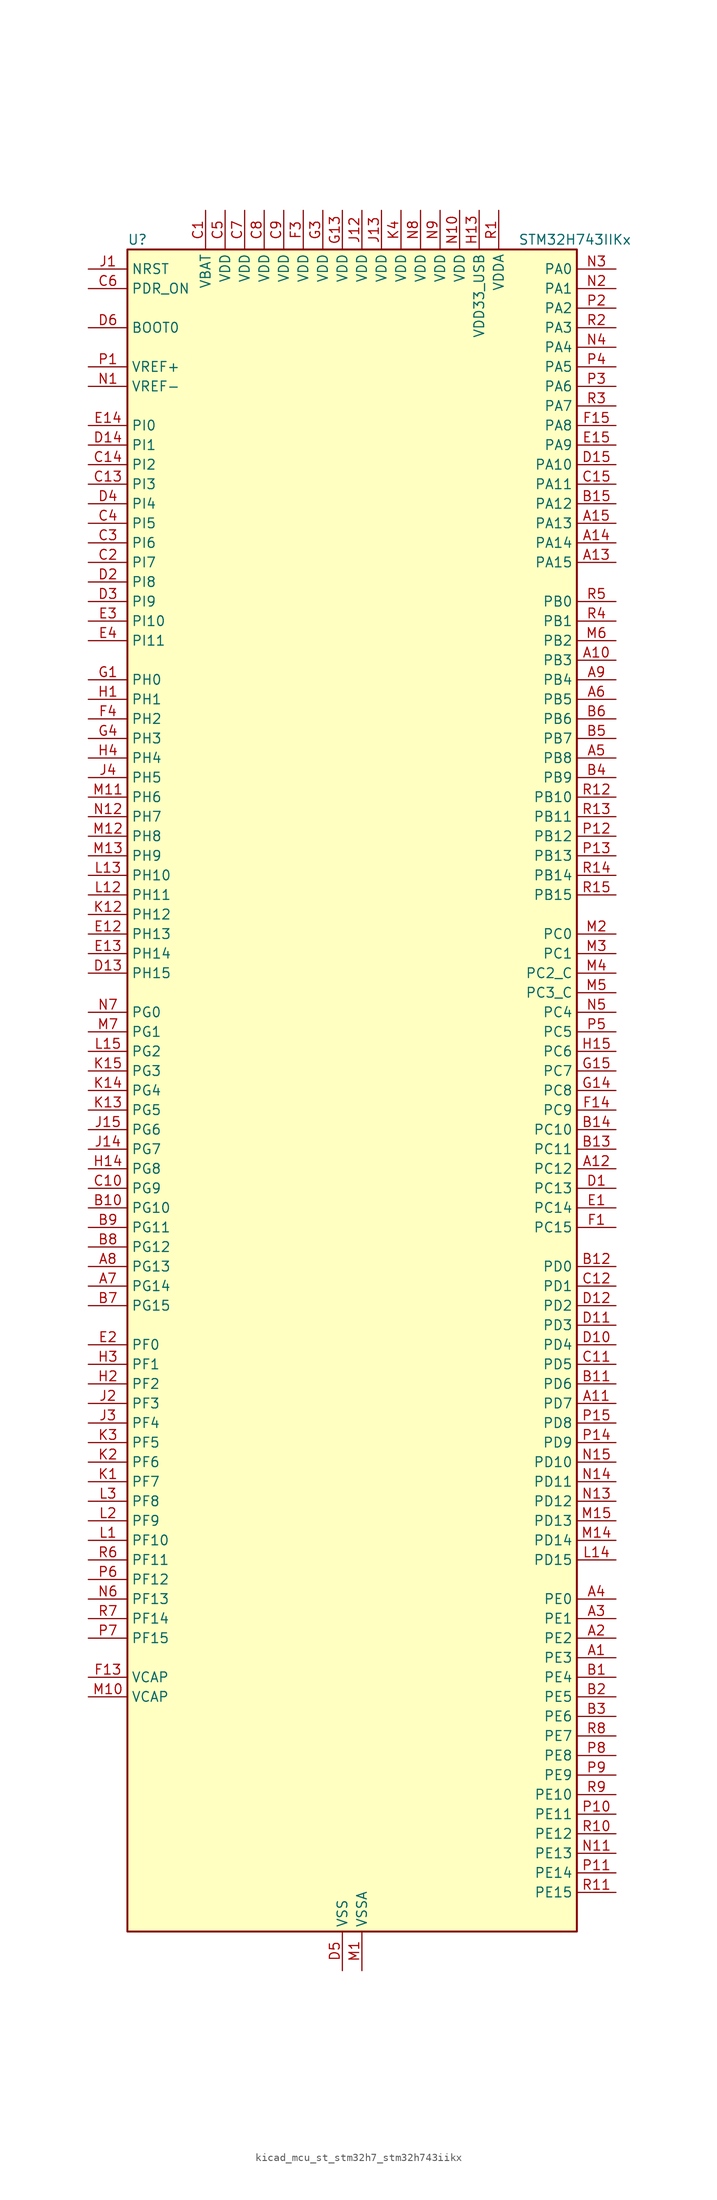
<source format=kicad_sym>
(kicad_symbol_lib
  (version 20220914)
  (generator kicad_symbol_editor)
  (symbol "kicad_mcu_st_stm32h7_stm32h743iikx"
    (property "Reference" "U"
      (at -27.94 110.49 0)
      (effects (font (size 1.27 1.27)) (justify left)))
    (property "Value" "STM32H743IIKx"
      (at 22.86 110.49 0)
      (effects (font (size 1.27 1.27)) (justify left)))
    (property "ki_locked" ""
      (at 0 0 0)
      (effects (font (size 1.27 1.27))))
    (symbol "kicad_mcu_st_stm32h7_stm32h743iikx_0_1"
      (rectangle (start -27.94 -109.22) (end 30.48 109.22) (stroke (width 0.254) (type default)) (fill (type background))))
    (symbol "kicad_mcu_st_stm32h7_stm32h743iikx_1_1"
      (pin bidirectional line (at 35.56 -73.66 180) (length 5.08) (name "PE3" (effects (font (size 1.27 1.27)))) (number "A1" (effects (font (size 1.27 1.27)))) (alternate "DEBUG_TRACED0" bidirectional line) (alternate "FMC_A19" bidirectional line) (alternate "SAI1_SD_B" bidirectional line) (alternate "SAI4_SD_B" bidirectional line) (alternate "TIM15_BKIN" bidirectional line))
      (pin bidirectional line (at 35.56 55.88 180) (length 5.08) (name "PB3" (effects (font (size 1.27 1.27)))) (number "A10" (effects (font (size 1.27 1.27)))) (alternate "CRS_SYNC" bidirectional line) (alternate "DEBUG_JTDO-SWO" bidirectional line) (alternate "HRTIM_FLT4" bidirectional line) (alternate "I2S1_CK" bidirectional line) (alternate "I2S3_CK" bidirectional line) (alternate "SDMMC2_D2" bidirectional line) (alternate "SPI1_SCK" bidirectional line) (alternate "SPI3_SCK" bidirectional line) (alternate "SPI6_SCK" bidirectional line) (alternate "TIM2_CH2" bidirectional line) (alternate "UART7_RX" bidirectional line))
      (pin bidirectional line (at 35.56 -40.64 180) (length 5.08) (name "PD7" (effects (font (size 1.27 1.27)))) (number "A11" (effects (font (size 1.27 1.27)))) (alternate "DFSDM1_CKIN1" bidirectional line) (alternate "DFSDM1_DATIN4" bidirectional line) (alternate "FMC_NE1" bidirectional line) (alternate "I2S1_SDO" bidirectional line) (alternate "SDMMC2_CMD" bidirectional line) (alternate "SPDIFRX1_IN0" bidirectional line) (alternate "SPI1_MOSI" bidirectional line) (alternate "USART2_CK" bidirectional line))
      (pin bidirectional line (at 35.56 -10.16 180) (length 5.08) (name "PC12" (effects (font (size 1.27 1.27)))) (number "A12" (effects (font (size 1.27 1.27)))) (alternate "DCMI_D9" bidirectional line) (alternate "DEBUG_TRACED3" bidirectional line) (alternate "HRTIM_EEV2" bidirectional line) (alternate "I2S3_SDO" bidirectional line) (alternate "SDMMC1_CK" bidirectional line) (alternate "SPI3_MOSI" bidirectional line) (alternate "UART5_TX" bidirectional line) (alternate "USART3_CK" bidirectional line))
      (pin bidirectional line (at 35.56 68.58 180) (length 5.08) (name "PA15" (effects (font (size 1.27 1.27)))) (number "A13" (effects (font (size 1.27 1.27)))) (alternate "ADC1_EXTI15" bidirectional line) (alternate "ADC2_EXTI15" bidirectional line) (alternate "ADC3_EXTI15" bidirectional line) (alternate "CEC" bidirectional line) (alternate "DEBUG_JTDI" bidirectional line) (alternate "HRTIM_FLT1" bidirectional line) (alternate "I2S1_WS" bidirectional line) (alternate "I2S3_WS" bidirectional line) (alternate "SPI1_NSS" bidirectional line) (alternate "SPI3_NSS" bidirectional line) (alternate "SPI6_NSS" bidirectional line) (alternate "TIM2_CH1" bidirectional line) (alternate "TIM2_ETR" bidirectional line) (alternate "UART4_DE" bidirectional line) (alternate "UART4_RTS" bidirectional line) (alternate "UART7_TX" bidirectional line))
      (pin bidirectional line (at 35.56 71.12 180) (length 5.08) (name "PA14" (effects (font (size 1.27 1.27)))) (number "A14" (effects (font (size 1.27 1.27)))) (alternate "DEBUG_JTCK-SWCLK" bidirectional line))
      (pin bidirectional line (at 35.56 73.66 180) (length 5.08) (name "PA13" (effects (font (size 1.27 1.27)))) (number "A15" (effects (font (size 1.27 1.27)))) (alternate "DEBUG_JTMS-SWDIO" bidirectional line))
      (pin bidirectional line (at 35.56 -71.12 180) (length 5.08) (name "PE2" (effects (font (size 1.27 1.27)))) (number "A2" (effects (font (size 1.27 1.27)))) (alternate "DEBUG_TRACECLK" bidirectional line) (alternate "ETH_TXD3" bidirectional line) (alternate "FMC_A23" bidirectional line) (alternate "QUADSPI_BK1_IO2" bidirectional line) (alternate "SAI1_CK1" bidirectional line) (alternate "SAI1_MCLK_A" bidirectional line) (alternate "SAI4_CK1" bidirectional line) (alternate "SAI4_MCLK_A" bidirectional line) (alternate "SPI4_SCK" bidirectional line))
      (pin bidirectional line (at 35.56 -68.58 180) (length 5.08) (name "PE1" (effects (font (size 1.27 1.27)))) (number "A3" (effects (font (size 1.27 1.27)))) (alternate "DCMI_D3" bidirectional line) (alternate "FMC_NBL1" bidirectional line) (alternate "HRTIM_SCOUT" bidirectional line) (alternate "LPTIM1_IN2" bidirectional line) (alternate "UART8_TX" bidirectional line))
      (pin bidirectional line (at 35.56 -66.04 180) (length 5.08) (name "PE0" (effects (font (size 1.27 1.27)))) (number "A4" (effects (font (size 1.27 1.27)))) (alternate "DCMI_D2" bidirectional line) (alternate "FMC_NBL0" bidirectional line) (alternate "HRTIM_SCIN" bidirectional line) (alternate "LPTIM1_ETR" bidirectional line) (alternate "LPTIM2_ETR" bidirectional line) (alternate "SAI2_MCLK_A" bidirectional line) (alternate "TIM4_ETR" bidirectional line) (alternate "UART8_RX" bidirectional line))
      (pin bidirectional line (at 35.56 43.18 180) (length 5.08) (name "PB8" (effects (font (size 1.27 1.27)))) (number "A5" (effects (font (size 1.27 1.27)))) (alternate "DCMI_D6" bidirectional line) (alternate "DFSDM1_CKIN7" bidirectional line) (alternate "ETH_TXD3" bidirectional line) (alternate "FDCAN1_RX" bidirectional line) (alternate "I2C1_SCL" bidirectional line) (alternate "I2C4_SCL" bidirectional line) (alternate "LTDC_B6" bidirectional line) (alternate "SDMMC1_CKIN" bidirectional line) (alternate "SDMMC1_D4" bidirectional line) (alternate "SDMMC2_D4" bidirectional line) (alternate "TIM16_CH1" bidirectional line) (alternate "TIM4_CH3" bidirectional line) (alternate "UART4_RX" bidirectional line))
      (pin bidirectional line (at 35.56 50.8 180) (length 5.08) (name "PB5" (effects (font (size 1.27 1.27)))) (number "A6" (effects (font (size 1.27 1.27)))) (alternate "DCMI_D10" bidirectional line) (alternate "ETH_PPS_OUT" bidirectional line) (alternate "FDCAN2_RX" bidirectional line) (alternate "FMC_SDCKE1" bidirectional line) (alternate "HRTIM_EEV7" bidirectional line) (alternate "I2C1_SMBA" bidirectional line) (alternate "I2C4_SMBA" bidirectional line) (alternate "I2S1_SDO" bidirectional line) (alternate "I2S3_SDO" bidirectional line) (alternate "SPI1_MOSI" bidirectional line) (alternate "SPI3_MOSI" bidirectional line) (alternate "SPI6_MOSI" bidirectional line) (alternate "TIM17_BKIN" bidirectional line) (alternate "TIM3_CH2" bidirectional line) (alternate "UART5_RX" bidirectional line) (alternate "USB_OTG_HS_ULPI_D7" bidirectional line))
      (pin bidirectional line (at -33.02 -25.4 0) (length 5.08) (name "PG14" (effects (font (size 1.27 1.27)))) (number "A7" (effects (font (size 1.27 1.27)))) (alternate "DEBUG_TRACED1" bidirectional line) (alternate "ETH_TXD1" bidirectional line) (alternate "FMC_A25" bidirectional line) (alternate "LPTIM1_ETR" bidirectional line) (alternate "LTDC_B0" bidirectional line) (alternate "QUADSPI_BK2_IO3" bidirectional line) (alternate "SPI6_MOSI" bidirectional line) (alternate "USART6_TX" bidirectional line))
      (pin bidirectional line (at -33.02 -22.86 0) (length 5.08) (name "PG13" (effects (font (size 1.27 1.27)))) (number "A8" (effects (font (size 1.27 1.27)))) (alternate "DEBUG_TRACED0" bidirectional line) (alternate "ETH_TXD0" bidirectional line) (alternate "FMC_A24" bidirectional line) (alternate "HRTIM_EEV10" bidirectional line) (alternate "LPTIM1_OUT" bidirectional line) (alternate "LTDC_R0" bidirectional line) (alternate "SPI6_SCK" bidirectional line) (alternate "USART6_CTS" bidirectional line) (alternate "USART6_NSS" bidirectional line))
      (pin bidirectional line (at 35.56 53.34 180) (length 5.08) (name "PB4" (effects (font (size 1.27 1.27)))) (number "A9" (effects (font (size 1.27 1.27)))) (alternate "DEBUG_JTRST" bidirectional line) (alternate "HRTIM_EEV6" bidirectional line) (alternate "I2S1_SDI" bidirectional line) (alternate "I2S2_WS" bidirectional line) (alternate "I2S3_SDI" bidirectional line) (alternate "SDMMC2_D3" bidirectional line) (alternate "SPI1_MISO" bidirectional line) (alternate "SPI2_NSS" bidirectional line) (alternate "SPI3_MISO" bidirectional line) (alternate "SPI6_MISO" bidirectional line) (alternate "TIM16_BKIN" bidirectional line) (alternate "TIM3_CH1" bidirectional line) (alternate "UART7_TX" bidirectional line))
      (pin bidirectional line (at 35.56 -76.2 180) (length 5.08) (name "PE4" (effects (font (size 1.27 1.27)))) (number "B1" (effects (font (size 1.27 1.27)))) (alternate "DCMI_D4" bidirectional line) (alternate "DEBUG_TRACED1" bidirectional line) (alternate "DFSDM1_DATIN3" bidirectional line) (alternate "FMC_A20" bidirectional line) (alternate "LTDC_B0" bidirectional line) (alternate "SAI1_D2" bidirectional line) (alternate "SAI1_FS_A" bidirectional line) (alternate "SAI4_D2" bidirectional line) (alternate "SAI4_FS_A" bidirectional line) (alternate "SPI4_NSS" bidirectional line) (alternate "TIM15_CH1N" bidirectional line))
      (pin bidirectional line (at -33.02 -15.24 0) (length 5.08) (name "PG10" (effects (font (size 1.27 1.27)))) (number "B10" (effects (font (size 1.27 1.27)))) (alternate "DCMI_D2" bidirectional line) (alternate "FMC_NE3" bidirectional line) (alternate "HRTIM_FLT5" bidirectional line) (alternate "I2S1_WS" bidirectional line) (alternate "LTDC_B2" bidirectional line) (alternate "LTDC_G3" bidirectional line) (alternate "SAI2_SD_B" bidirectional line) (alternate "SPI1_NSS" bidirectional line))
      (pin bidirectional line (at 35.56 -38.1 180) (length 5.08) (name "PD6" (effects (font (size 1.27 1.27)))) (number "B11" (effects (font (size 1.27 1.27)))) (alternate "DCMI_D10" bidirectional line) (alternate "DFSDM1_CKIN4" bidirectional line) (alternate "DFSDM1_DATIN1" bidirectional line) (alternate "FMC_NWAIT" bidirectional line) (alternate "I2S3_SDO" bidirectional line) (alternate "LTDC_B2" bidirectional line) (alternate "SAI1_D1" bidirectional line) (alternate "SAI1_SD_A" bidirectional line) (alternate "SAI4_D1" bidirectional line) (alternate "SAI4_SD_A" bidirectional line) (alternate "SDMMC2_CK" bidirectional line) (alternate "SPI3_MOSI" bidirectional line) (alternate "USART2_RX" bidirectional line))
      (pin bidirectional line (at 35.56 -22.86 180) (length 5.08) (name "PD0" (effects (font (size 1.27 1.27)))) (number "B12" (effects (font (size 1.27 1.27)))) (alternate "DFSDM1_CKIN6" bidirectional line) (alternate "FDCAN1_RX" bidirectional line) (alternate "FMC_D2" bidirectional line) (alternate "FMC_DA2" bidirectional line) (alternate "SAI3_SCK_A" bidirectional line) (alternate "UART4_RX" bidirectional line))
      (pin bidirectional line (at 35.56 -7.62 180) (length 5.08) (name "PC11" (effects (font (size 1.27 1.27)))) (number "B13" (effects (font (size 1.27 1.27)))) (alternate "ADC1_EXTI11" bidirectional line) (alternate "ADC2_EXTI11" bidirectional line) (alternate "ADC3_EXTI11" bidirectional line) (alternate "DCMI_D4" bidirectional line) (alternate "DFSDM1_DATIN5" bidirectional line) (alternate "HRTIM_FLT2" bidirectional line) (alternate "I2S3_SDI" bidirectional line) (alternate "QUADSPI_BK2_NCS" bidirectional line) (alternate "SDMMC1_D3" bidirectional line) (alternate "SPI3_MISO" bidirectional line) (alternate "UART4_RX" bidirectional line) (alternate "USART3_RX" bidirectional line))
      (pin bidirectional line (at 35.56 -5.08 180) (length 5.08) (name "PC10" (effects (font (size 1.27 1.27)))) (number "B14" (effects (font (size 1.27 1.27)))) (alternate "DCMI_D8" bidirectional line) (alternate "DFSDM1_CKIN5" bidirectional line) (alternate "HRTIM_EEV1" bidirectional line) (alternate "I2S3_CK" bidirectional line) (alternate "LTDC_R2" bidirectional line) (alternate "QUADSPI_BK1_IO1" bidirectional line) (alternate "SDMMC1_D2" bidirectional line) (alternate "SPI3_SCK" bidirectional line) (alternate "UART4_TX" bidirectional line) (alternate "USART3_TX" bidirectional line))
      (pin bidirectional line (at 35.56 76.2 180) (length 5.08) (name "PA12" (effects (font (size 1.27 1.27)))) (number "B15" (effects (font (size 1.27 1.27)))) (alternate "FDCAN1_TX" bidirectional line) (alternate "HRTIM_CHD2" bidirectional line) (alternate "I2S2_CK" bidirectional line) (alternate "LPUART1_DE" bidirectional line) (alternate "LPUART1_RTS" bidirectional line) (alternate "LTDC_R5" bidirectional line) (alternate "SAI2_FS_B" bidirectional line) (alternate "SPI2_SCK" bidirectional line) (alternate "TIM1_ETR" bidirectional line) (alternate "UART4_TX" bidirectional line) (alternate "USART1_DE" bidirectional line) (alternate "USART1_RTS" bidirectional line) (alternate "USB_OTG_FS_DP" bidirectional line))
      (pin bidirectional line (at 35.56 -78.74 180) (length 5.08) (name "PE5" (effects (font (size 1.27 1.27)))) (number "B2" (effects (font (size 1.27 1.27)))) (alternate "DCMI_D6" bidirectional line) (alternate "DEBUG_TRACED2" bidirectional line) (alternate "DFSDM1_CKIN3" bidirectional line) (alternate "FMC_A21" bidirectional line) (alternate "LTDC_G0" bidirectional line) (alternate "SAI1_CK2" bidirectional line) (alternate "SAI1_SCK_A" bidirectional line) (alternate "SAI4_CK2" bidirectional line) (alternate "SAI4_SCK_A" bidirectional line) (alternate "SPI4_MISO" bidirectional line) (alternate "TIM15_CH1" bidirectional line))
      (pin bidirectional line (at 35.56 -81.28 180) (length 5.08) (name "PE6" (effects (font (size 1.27 1.27)))) (number "B3" (effects (font (size 1.27 1.27)))) (alternate "DCMI_D7" bidirectional line) (alternate "DEBUG_TRACED3" bidirectional line) (alternate "FMC_A22" bidirectional line) (alternate "LTDC_G1" bidirectional line) (alternate "SAI1_D1" bidirectional line) (alternate "SAI1_SD_A" bidirectional line) (alternate "SAI2_MCLK_B" bidirectional line) (alternate "SAI4_D1" bidirectional line) (alternate "SAI4_SD_A" bidirectional line) (alternate "SPI4_MOSI" bidirectional line) (alternate "TIM15_CH2" bidirectional line) (alternate "TIM1_BKIN2" bidirectional line) (alternate "TIM1_BKIN2_COMP1" bidirectional line) (alternate "TIM1_BKIN2_COMP2" bidirectional line))
      (pin bidirectional line (at 35.56 40.64 180) (length 5.08) (name "PB9" (effects (font (size 1.27 1.27)))) (number "B4" (effects (font (size 1.27 1.27)))) (alternate "DAC1_EXTI9" bidirectional line) (alternate "DCMI_D7" bidirectional line) (alternate "DFSDM1_DATIN7" bidirectional line) (alternate "FDCAN1_TX" bidirectional line) (alternate "I2C1_SDA" bidirectional line) (alternate "I2C4_SDA" bidirectional line) (alternate "I2C4_SMBA" bidirectional line) (alternate "I2S2_WS" bidirectional line) (alternate "LTDC_B7" bidirectional line) (alternate "SDMMC1_CDIR" bidirectional line) (alternate "SDMMC1_D5" bidirectional line) (alternate "SDMMC2_D5" bidirectional line) (alternate "SPI2_NSS" bidirectional line) (alternate "TIM17_CH1" bidirectional line) (alternate "TIM4_CH4" bidirectional line) (alternate "UART4_TX" bidirectional line))
      (pin bidirectional line (at 35.56 45.72 180) (length 5.08) (name "PB7" (effects (font (size 1.27 1.27)))) (number "B5" (effects (font (size 1.27 1.27)))) (alternate "DCMI_VSYNC" bidirectional line) (alternate "DFSDM1_CKIN5" bidirectional line) (alternate "FMC_NL" bidirectional line) (alternate "HRTIM_EEV9" bidirectional line) (alternate "I2C1_SDA" bidirectional line) (alternate "I2C4_SDA" bidirectional line) (alternate "LPUART1_RX" bidirectional line) (alternate "PWR_PVD_IN" bidirectional line) (alternate "TIM17_CH1N" bidirectional line) (alternate "TIM4_CH2" bidirectional line) (alternate "USART1_RX" bidirectional line))
      (pin bidirectional line (at 35.56 48.26 180) (length 5.08) (name "PB6" (effects (font (size 1.27 1.27)))) (number "B6" (effects (font (size 1.27 1.27)))) (alternate "CEC" bidirectional line) (alternate "DCMI_D5" bidirectional line) (alternate "DFSDM1_DATIN5" bidirectional line) (alternate "FDCAN2_TX" bidirectional line) (alternate "FMC_SDNE1" bidirectional line) (alternate "HRTIM_EEV8" bidirectional line) (alternate "I2C1_SCL" bidirectional line) (alternate "I2C4_SCL" bidirectional line) (alternate "LPUART1_TX" bidirectional line) (alternate "QUADSPI_BK1_NCS" bidirectional line) (alternate "TIM16_CH1N" bidirectional line) (alternate "TIM4_CH1" bidirectional line) (alternate "UART5_TX" bidirectional line) (alternate "USART1_TX" bidirectional line))
      (pin bidirectional line (at -33.02 -27.94 0) (length 5.08) (name "PG15" (effects (font (size 1.27 1.27)))) (number "B7" (effects (font (size 1.27 1.27)))) (alternate "ADC1_EXTI15" bidirectional line) (alternate "ADC2_EXTI15" bidirectional line) (alternate "ADC3_EXTI15" bidirectional line) (alternate "DCMI_D13" bidirectional line) (alternate "FMC_SDNCAS" bidirectional line) (alternate "USART6_CTS" bidirectional line) (alternate "USART6_NSS" bidirectional line))
      (pin bidirectional line (at -33.02 -20.32 0) (length 5.08) (name "PG12" (effects (font (size 1.27 1.27)))) (number "B8" (effects (font (size 1.27 1.27)))) (alternate "ETH_TXD1" bidirectional line) (alternate "FMC_NE4" bidirectional line) (alternate "HRTIM_EEV5" bidirectional line) (alternate "LPTIM1_IN1" bidirectional line) (alternate "LTDC_B1" bidirectional line) (alternate "LTDC_B4" bidirectional line) (alternate "SPDIFRX1_IN1" bidirectional line) (alternate "SPI6_MISO" bidirectional line) (alternate "USART6_DE" bidirectional line) (alternate "USART6_RTS" bidirectional line))
      (pin bidirectional line (at -33.02 -17.78 0) (length 5.08) (name "PG11" (effects (font (size 1.27 1.27)))) (number "B9" (effects (font (size 1.27 1.27)))) (alternate "ADC1_EXTI11" bidirectional line) (alternate "ADC2_EXTI11" bidirectional line) (alternate "ADC3_EXTI11" bidirectional line) (alternate "DCMI_D3" bidirectional line) (alternate "ETH_TX_EN" bidirectional line) (alternate "HRTIM_EEV4" bidirectional line) (alternate "I2S1_CK" bidirectional line) (alternate "LPTIM1_IN2" bidirectional line) (alternate "LTDC_B3" bidirectional line) (alternate "SDMMC2_D2" bidirectional line) (alternate "SPDIFRX1_IN0" bidirectional line) (alternate "SPI1_SCK" bidirectional line))
      (pin power_in line (at -17.78 114.3 270) (length 5.08) (name "VBAT" (effects (font (size 1.27 1.27)))) (number "C1" (effects (font (size 1.27 1.27)))))
      (pin bidirectional line (at -33.02 -12.7 0) (length 5.08) (name "PG9" (effects (font (size 1.27 1.27)))) (number "C10" (effects (font (size 1.27 1.27)))) (alternate "DAC1_EXTI9" bidirectional line) (alternate "DCMI_VSYNC" bidirectional line) (alternate "FMC_NCE" bidirectional line) (alternate "FMC_NE2" bidirectional line) (alternate "I2S1_SDI" bidirectional line) (alternate "QUADSPI_BK2_IO2" bidirectional line) (alternate "SAI2_FS_B" bidirectional line) (alternate "SPDIFRX1_IN3" bidirectional line) (alternate "SPI1_MISO" bidirectional line) (alternate "USART6_RX" bidirectional line))
      (pin bidirectional line (at 35.56 -35.56 180) (length 5.08) (name "PD5" (effects (font (size 1.27 1.27)))) (number "C11" (effects (font (size 1.27 1.27)))) (alternate "FMC_NWE" bidirectional line) (alternate "HRTIM_EEV3" bidirectional line) (alternate "USART2_TX" bidirectional line))
      (pin bidirectional line (at 35.56 -25.4 180) (length 5.08) (name "PD1" (effects (font (size 1.27 1.27)))) (number "C12" (effects (font (size 1.27 1.27)))) (alternate "DFSDM1_DATIN6" bidirectional line) (alternate "FDCAN1_TX" bidirectional line) (alternate "FMC_D3" bidirectional line) (alternate "FMC_DA3" bidirectional line) (alternate "SAI3_SD_A" bidirectional line) (alternate "UART4_TX" bidirectional line))
      (pin bidirectional line (at -33.02 78.74 0) (length 5.08) (name "PI3" (effects (font (size 1.27 1.27)))) (number "C13" (effects (font (size 1.27 1.27)))) (alternate "DCMI_D10" bidirectional line) (alternate "FMC_D27" bidirectional line) (alternate "I2S2_SDO" bidirectional line) (alternate "SPI2_MOSI" bidirectional line) (alternate "TIM8_ETR" bidirectional line))
      (pin bidirectional line (at -33.02 81.28 0) (length 5.08) (name "PI2" (effects (font (size 1.27 1.27)))) (number "C14" (effects (font (size 1.27 1.27)))) (alternate "DCMI_D9" bidirectional line) (alternate "FMC_D26" bidirectional line) (alternate "I2S2_SDI" bidirectional line) (alternate "LTDC_G7" bidirectional line) (alternate "SPI2_MISO" bidirectional line) (alternate "TIM8_CH4" bidirectional line))
      (pin bidirectional line (at 35.56 78.74 180) (length 5.08) (name "PA11" (effects (font (size 1.27 1.27)))) (number "C15" (effects (font (size 1.27 1.27)))) (alternate "ADC1_EXTI11" bidirectional line) (alternate "ADC2_EXTI11" bidirectional line) (alternate "ADC3_EXTI11" bidirectional line) (alternate "FDCAN1_RX" bidirectional line) (alternate "HRTIM_CHD1" bidirectional line) (alternate "I2S2_WS" bidirectional line) (alternate "LPUART1_CTS" bidirectional line) (alternate "LTDC_R4" bidirectional line) (alternate "SPI2_NSS" bidirectional line) (alternate "TIM1_CH4" bidirectional line) (alternate "UART4_RX" bidirectional line) (alternate "USART1_CTS" bidirectional line) (alternate "USART1_NSS" bidirectional line) (alternate "USB_OTG_FS_DM" bidirectional line))
      (pin bidirectional line (at -33.02 68.58 0) (length 5.08) (name "PI7" (effects (font (size 1.27 1.27)))) (number "C2" (effects (font (size 1.27 1.27)))) (alternate "DCMI_D7" bidirectional line) (alternate "FMC_D29" bidirectional line) (alternate "LTDC_B7" bidirectional line) (alternate "SAI2_FS_A" bidirectional line) (alternate "TIM8_CH3" bidirectional line))
      (pin bidirectional line (at -33.02 71.12 0) (length 5.08) (name "PI6" (effects (font (size 1.27 1.27)))) (number "C3" (effects (font (size 1.27 1.27)))) (alternate "DCMI_D6" bidirectional line) (alternate "FMC_D28" bidirectional line) (alternate "LTDC_B6" bidirectional line) (alternate "SAI2_SD_A" bidirectional line) (alternate "TIM8_CH2" bidirectional line))
      (pin bidirectional line (at -33.02 73.66 0) (length 5.08) (name "PI5" (effects (font (size 1.27 1.27)))) (number "C4" (effects (font (size 1.27 1.27)))) (alternate "DCMI_VSYNC" bidirectional line) (alternate "FMC_NBL3" bidirectional line) (alternate "LTDC_B5" bidirectional line) (alternate "SAI2_SCK_A" bidirectional line) (alternate "TIM8_CH1" bidirectional line))
      (pin power_in line (at -15.24 114.3 270) (length 5.08) (name "VDD" (effects (font (size 1.27 1.27)))) (number "C5" (effects (font (size 1.27 1.27)))))
      (pin input line (at -33.02 104.14 0) (length 5.08) (name "PDR_ON" (effects (font (size 1.27 1.27)))) (number "C6" (effects (font (size 1.27 1.27)))))
      (pin power_in line (at -12.7 114.3 270) (length 5.08) (name "VDD" (effects (font (size 1.27 1.27)))) (number "C7" (effects (font (size 1.27 1.27)))))
      (pin power_in line (at -10.16 114.3 270) (length 5.08) (name "VDD" (effects (font (size 1.27 1.27)))) (number "C8" (effects (font (size 1.27 1.27)))))
      (pin power_in line (at -7.62 114.3 270) (length 5.08) (name "VDD" (effects (font (size 1.27 1.27)))) (number "C9" (effects (font (size 1.27 1.27)))))
      (pin bidirectional line (at 35.56 -12.7 180) (length 5.08) (name "PC13" (effects (font (size 1.27 1.27)))) (number "D1" (effects (font (size 1.27 1.27)))) (alternate "PWR_WKUP2" bidirectional line) (alternate "RTC_OUT_ALARM" bidirectional line) (alternate "RTC_OUT_CALIB" bidirectional line) (alternate "RTC_TAMP1" bidirectional line) (alternate "RTC_TS" bidirectional line))
      (pin bidirectional line (at 35.56 -33.02 180) (length 5.08) (name "PD4" (effects (font (size 1.27 1.27)))) (number "D10" (effects (font (size 1.27 1.27)))) (alternate "FMC_NOE" bidirectional line) (alternate "HRTIM_FLT3" bidirectional line) (alternate "SAI3_FS_A" bidirectional line) (alternate "USART2_DE" bidirectional line) (alternate "USART2_RTS" bidirectional line))
      (pin bidirectional line (at 35.56 -30.48 180) (length 5.08) (name "PD3" (effects (font (size 1.27 1.27)))) (number "D11" (effects (font (size 1.27 1.27)))) (alternate "DCMI_D5" bidirectional line) (alternate "DFSDM1_CKOUT" bidirectional line) (alternate "FMC_CLK" bidirectional line) (alternate "I2S2_CK" bidirectional line) (alternate "LTDC_G7" bidirectional line) (alternate "SPI2_SCK" bidirectional line) (alternate "USART2_CTS" bidirectional line) (alternate "USART2_NSS" bidirectional line))
      (pin bidirectional line (at 35.56 -27.94 180) (length 5.08) (name "PD2" (effects (font (size 1.27 1.27)))) (number "D12" (effects (font (size 1.27 1.27)))) (alternate "DCMI_D11" bidirectional line) (alternate "DEBUG_TRACED2" bidirectional line) (alternate "SDMMC1_CMD" bidirectional line) (alternate "TIM3_ETR" bidirectional line) (alternate "UART5_RX" bidirectional line))
      (pin bidirectional line (at -33.02 15.24 0) (length 5.08) (name "PH15" (effects (font (size 1.27 1.27)))) (number "D13" (effects (font (size 1.27 1.27)))) (alternate "ADC1_EXTI15" bidirectional line) (alternate "ADC2_EXTI15" bidirectional line) (alternate "ADC3_EXTI15" bidirectional line) (alternate "DCMI_D11" bidirectional line) (alternate "FMC_D23" bidirectional line) (alternate "LTDC_G4" bidirectional line) (alternate "TIM8_CH3N" bidirectional line))
      (pin bidirectional line (at -33.02 83.82 0) (length 5.08) (name "PI1" (effects (font (size 1.27 1.27)))) (number "D14" (effects (font (size 1.27 1.27)))) (alternate "DCMI_D8" bidirectional line) (alternate "FMC_D25" bidirectional line) (alternate "I2S2_CK" bidirectional line) (alternate "LTDC_G6" bidirectional line) (alternate "SPI2_SCK" bidirectional line) (alternate "TIM8_BKIN2" bidirectional line) (alternate "TIM8_BKIN2_COMP1" bidirectional line) (alternate "TIM8_BKIN2_COMP2" bidirectional line))
      (pin bidirectional line (at 35.56 81.28 180) (length 5.08) (name "PA10" (effects (font (size 1.27 1.27)))) (number "D15" (effects (font (size 1.27 1.27)))) (alternate "DCMI_D1" bidirectional line) (alternate "HRTIM_CHC2" bidirectional line) (alternate "LPUART1_RX" bidirectional line) (alternate "LTDC_B1" bidirectional line) (alternate "LTDC_B4" bidirectional line) (alternate "MDIOS_MDIO" bidirectional line) (alternate "TIM1_CH3" bidirectional line) (alternate "USART1_RX" bidirectional line) (alternate "USB_OTG_FS_ID" bidirectional line))
      (pin bidirectional line (at -33.02 66.04 0) (length 5.08) (name "PI8" (effects (font (size 1.27 1.27)))) (number "D2" (effects (font (size 1.27 1.27)))) (alternate "PWR_WKUP3" bidirectional line) (alternate "RTC_TAMP2" bidirectional line))
      (pin bidirectional line (at -33.02 63.5 0) (length 5.08) (name "PI9" (effects (font (size 1.27 1.27)))) (number "D3" (effects (font (size 1.27 1.27)))) (alternate "DAC1_EXTI9" bidirectional line) (alternate "FDCAN1_RX" bidirectional line) (alternate "FMC_D30" bidirectional line) (alternate "LTDC_VSYNC" bidirectional line) (alternate "UART4_RX" bidirectional line))
      (pin bidirectional line (at -33.02 76.2 0) (length 5.08) (name "PI4" (effects (font (size 1.27 1.27)))) (number "D4" (effects (font (size 1.27 1.27)))) (alternate "DCMI_D5" bidirectional line) (alternate "FMC_NBL2" bidirectional line) (alternate "LTDC_B4" bidirectional line) (alternate "SAI2_MCLK_A" bidirectional line) (alternate "TIM8_BKIN" bidirectional line) (alternate "TIM8_BKIN_COMP1" bidirectional line) (alternate "TIM8_BKIN_COMP2" bidirectional line))
      (pin power_in line (at 0 -114.3 90) (length 5.08) (name "VSS" (effects (font (size 1.27 1.27)))) (number "D5" (effects (font (size 1.27 1.27)))))
      (pin input line (at -33.02 99.06 0) (length 5.08) (name "BOOT0" (effects (font (size 1.27 1.27)))) (number "D6" (effects (font (size 1.27 1.27)))))
      (pin passive line (at 0 -114.3 90) (length 5.08) hide (name "VSS" (effects (font (size 1.27 1.27)))) (number "D7" (effects (font (size 1.27 1.27)))))
      (pin passive line (at 0 -114.3 90) (length 5.08) hide (name "VSS" (effects (font (size 1.27 1.27)))) (number "D8" (effects (font (size 1.27 1.27)))))
      (pin passive line (at 0 -114.3 90) (length 5.08) hide (name "VSS" (effects (font (size 1.27 1.27)))) (number "D9" (effects (font (size 1.27 1.27)))))
      (pin bidirectional line (at 35.56 -15.24 180) (length 5.08) (name "PC14" (effects (font (size 1.27 1.27)))) (number "E1" (effects (font (size 1.27 1.27)))) (alternate "RCC_OSC32_IN" bidirectional line))
      (pin bidirectional line (at -33.02 20.32 0) (length 5.08) (name "PH13" (effects (font (size 1.27 1.27)))) (number "E12" (effects (font (size 1.27 1.27)))) (alternate "FDCAN1_TX" bidirectional line) (alternate "FMC_D21" bidirectional line) (alternate "LTDC_G2" bidirectional line) (alternate "TIM8_CH1N" bidirectional line) (alternate "UART4_TX" bidirectional line))
      (pin bidirectional line (at -33.02 17.78 0) (length 5.08) (name "PH14" (effects (font (size 1.27 1.27)))) (number "E13" (effects (font (size 1.27 1.27)))) (alternate "DCMI_D4" bidirectional line) (alternate "FDCAN1_RX" bidirectional line) (alternate "FMC_D22" bidirectional line) (alternate "LTDC_G3" bidirectional line) (alternate "TIM8_CH2N" bidirectional line) (alternate "UART4_RX" bidirectional line))
      (pin bidirectional line (at -33.02 86.36 0) (length 5.08) (name "PI0" (effects (font (size 1.27 1.27)))) (number "E14" (effects (font (size 1.27 1.27)))) (alternate "DCMI_D13" bidirectional line) (alternate "FMC_D24" bidirectional line) (alternate "I2S2_WS" bidirectional line) (alternate "LTDC_G5" bidirectional line) (alternate "SPI2_NSS" bidirectional line) (alternate "TIM5_CH4" bidirectional line))
      (pin bidirectional line (at 35.56 83.82 180) (length 5.08) (name "PA9" (effects (font (size 1.27 1.27)))) (number "E15" (effects (font (size 1.27 1.27)))) (alternate "DAC1_EXTI9" bidirectional line) (alternate "DCMI_D0" bidirectional line) (alternate "HRTIM_CHC1" bidirectional line) (alternate "I2C3_SMBA" bidirectional line) (alternate "I2S2_CK" bidirectional line) (alternate "LPUART1_TX" bidirectional line) (alternate "LTDC_R5" bidirectional line) (alternate "SPI2_SCK" bidirectional line) (alternate "TIM1_CH2" bidirectional line) (alternate "USART1_TX" bidirectional line) (alternate "USB_OTG_FS_VBUS" bidirectional line))
      (pin bidirectional line (at -33.02 -33.02 0) (length 5.08) (name "PF0" (effects (font (size 1.27 1.27)))) (number "E2" (effects (font (size 1.27 1.27)))) (alternate "FMC_A0" bidirectional line) (alternate "I2C2_SDA" bidirectional line))
      (pin bidirectional line (at -33.02 60.96 0) (length 5.08) (name "PI10" (effects (font (size 1.27 1.27)))) (number "E3" (effects (font (size 1.27 1.27)))) (alternate "ETH_RX_ER" bidirectional line) (alternate "FMC_D31" bidirectional line) (alternate "LTDC_HSYNC" bidirectional line))
      (pin bidirectional line (at -33.02 58.42 0) (length 5.08) (name "PI11" (effects (font (size 1.27 1.27)))) (number "E4" (effects (font (size 1.27 1.27)))) (alternate "ADC1_EXTI11" bidirectional line) (alternate "ADC2_EXTI11" bidirectional line) (alternate "ADC3_EXTI11" bidirectional line) (alternate "LTDC_G6" bidirectional line) (alternate "PWR_WKUP4" bidirectional line) (alternate "USB_OTG_HS_ULPI_DIR" bidirectional line))
      (pin bidirectional line (at 35.56 -17.78 180) (length 5.08) (name "PC15" (effects (font (size 1.27 1.27)))) (number "F1" (effects (font (size 1.27 1.27)))) (alternate "ADC1_EXTI15" bidirectional line) (alternate "ADC2_EXTI15" bidirectional line) (alternate "ADC3_EXTI15" bidirectional line) (alternate "RCC_OSC32_OUT" bidirectional line))
      (pin passive line (at 0 -114.3 90) (length 5.08) hide (name "VSS" (effects (font (size 1.27 1.27)))) (number "F10" (effects (font (size 1.27 1.27)))))
      (pin passive line (at 0 -114.3 90) (length 5.08) hide (name "VSS" (effects (font (size 1.27 1.27)))) (number "F12" (effects (font (size 1.27 1.27)))))
      (pin power_out line (at -33.02 -76.2 0) (length 5.08) (name "VCAP" (effects (font (size 1.27 1.27)))) (number "F13" (effects (font (size 1.27 1.27)))))
      (pin bidirectional line (at 35.56 -2.54 180) (length 5.08) (name "PC9" (effects (font (size 1.27 1.27)))) (number "F14" (effects (font (size 1.27 1.27)))) (alternate "DAC1_EXTI9" bidirectional line) (alternate "DCMI_D3" bidirectional line) (alternate "I2C3_SDA" bidirectional line) (alternate "I2S_CKIN" bidirectional line) (alternate "LTDC_B2" bidirectional line) (alternate "LTDC_G3" bidirectional line) (alternate "QUADSPI_BK1_IO0" bidirectional line) (alternate "RCC_MCO_2" bidirectional line) (alternate "SDMMC1_D1" bidirectional line) (alternate "SWPMI1_SUSPEND" bidirectional line) (alternate "TIM3_CH4" bidirectional line) (alternate "TIM8_CH4" bidirectional line) (alternate "UART5_CTS" bidirectional line))
      (pin bidirectional line (at 35.56 86.36 180) (length 5.08) (name "PA8" (effects (font (size 1.27 1.27)))) (number "F15" (effects (font (size 1.27 1.27)))) (alternate "HRTIM_CHB2" bidirectional line) (alternate "I2C3_SCL" bidirectional line) (alternate "LTDC_B3" bidirectional line) (alternate "LTDC_R6" bidirectional line) (alternate "RCC_MCO_1" bidirectional line) (alternate "TIM1_CH1" bidirectional line) (alternate "TIM8_BKIN2" bidirectional line) (alternate "TIM8_BKIN2_COMP1" bidirectional line) (alternate "TIM8_BKIN2_COMP2" bidirectional line) (alternate "UART7_RX" bidirectional line) (alternate "USART1_CK" bidirectional line) (alternate "USB_OTG_FS_SOF" bidirectional line))
      (pin passive line (at 0 -114.3 90) (length 5.08) hide (name "VSS" (effects (font (size 1.27 1.27)))) (number "F2" (effects (font (size 1.27 1.27)))))
      (pin power_in line (at -5.08 114.3 270) (length 5.08) (name "VDD" (effects (font (size 1.27 1.27)))) (number "F3" (effects (font (size 1.27 1.27)))))
      (pin bidirectional line (at -33.02 48.26 0) (length 5.08) (name "PH2" (effects (font (size 1.27 1.27)))) (number "F4" (effects (font (size 1.27 1.27)))) (alternate "ADC3_INP13" bidirectional line) (alternate "ETH_CRS" bidirectional line) (alternate "FMC_SDCKE0" bidirectional line) (alternate "LPTIM1_IN2" bidirectional line) (alternate "LTDC_R0" bidirectional line) (alternate "QUADSPI_BK2_IO0" bidirectional line) (alternate "SAI2_SCK_B" bidirectional line))
      (pin passive line (at 0 -114.3 90) (length 5.08) hide (name "VSS" (effects (font (size 1.27 1.27)))) (number "F6" (effects (font (size 1.27 1.27)))))
      (pin passive line (at 0 -114.3 90) (length 5.08) hide (name "VSS" (effects (font (size 1.27 1.27)))) (number "F7" (effects (font (size 1.27 1.27)))))
      (pin passive line (at 0 -114.3 90) (length 5.08) hide (name "VSS" (effects (font (size 1.27 1.27)))) (number "F8" (effects (font (size 1.27 1.27)))))
      (pin passive line (at 0 -114.3 90) (length 5.08) hide (name "VSS" (effects (font (size 1.27 1.27)))) (number "F9" (effects (font (size 1.27 1.27)))))
      (pin bidirectional line (at -33.02 53.34 0) (length 5.08) (name "PH0" (effects (font (size 1.27 1.27)))) (number "G1" (effects (font (size 1.27 1.27)))) (alternate "RCC_OSC_IN" bidirectional line))
      (pin passive line (at 0 -114.3 90) (length 5.08) hide (name "VSS" (effects (font (size 1.27 1.27)))) (number "G10" (effects (font (size 1.27 1.27)))))
      (pin passive line (at 0 -114.3 90) (length 5.08) hide (name "VSS" (effects (font (size 1.27 1.27)))) (number "G12" (effects (font (size 1.27 1.27)))))
      (pin power_in line (at 0 114.3 270) (length 5.08) (name "VDD" (effects (font (size 1.27 1.27)))) (number "G13" (effects (font (size 1.27 1.27)))))
      (pin bidirectional line (at 35.56 0 180) (length 5.08) (name "PC8" (effects (font (size 1.27 1.27)))) (number "G14" (effects (font (size 1.27 1.27)))) (alternate "DCMI_D2" bidirectional line) (alternate "DEBUG_TRACED1" bidirectional line) (alternate "FMC_NCE" bidirectional line) (alternate "FMC_NE2" bidirectional line) (alternate "HRTIM_CHB1" bidirectional line) (alternate "SDMMC1_D0" bidirectional line) (alternate "SWPMI1_RX" bidirectional line) (alternate "TIM3_CH3" bidirectional line) (alternate "TIM8_CH3" bidirectional line) (alternate "UART5_DE" bidirectional line) (alternate "UART5_RTS" bidirectional line) (alternate "USART6_CK" bidirectional line))
      (pin bidirectional line (at 35.56 2.54 180) (length 5.08) (name "PC7" (effects (font (size 1.27 1.27)))) (number "G15" (effects (font (size 1.27 1.27)))) (alternate "DCMI_D1" bidirectional line) (alternate "DEBUG_TRGIO" bidirectional line) (alternate "DFSDM1_DATIN3" bidirectional line) (alternate "FMC_NE1" bidirectional line) (alternate "HRTIM_CHA2" bidirectional line) (alternate "I2S3_MCK" bidirectional line) (alternate "LTDC_G6" bidirectional line) (alternate "SDMMC1_D123DIR" bidirectional line) (alternate "SDMMC1_D7" bidirectional line) (alternate "SDMMC2_D7" bidirectional line) (alternate "SWPMI1_TX" bidirectional line) (alternate "TIM3_CH2" bidirectional line) (alternate "TIM8_CH2" bidirectional line) (alternate "USART6_RX" bidirectional line))
      (pin passive line (at 0 -114.3 90) (length 5.08) hide (name "VSS" (effects (font (size 1.27 1.27)))) (number "G2" (effects (font (size 1.27 1.27)))))
      (pin power_in line (at -2.54 114.3 270) (length 5.08) (name "VDD" (effects (font (size 1.27 1.27)))) (number "G3" (effects (font (size 1.27 1.27)))))
      (pin bidirectional line (at -33.02 45.72 0) (length 5.08) (name "PH3" (effects (font (size 1.27 1.27)))) (number "G4" (effects (font (size 1.27 1.27)))) (alternate "ADC3_INN13" bidirectional line) (alternate "ADC3_INP14" bidirectional line) (alternate "ETH_COL" bidirectional line) (alternate "FMC_SDNE0" bidirectional line) (alternate "LTDC_R1" bidirectional line) (alternate "QUADSPI_BK2_IO1" bidirectional line) (alternate "SAI2_MCLK_B" bidirectional line))
      (pin passive line (at 0 -114.3 90) (length 5.08) hide (name "VSS" (effects (font (size 1.27 1.27)))) (number "G6" (effects (font (size 1.27 1.27)))))
      (pin passive line (at 0 -114.3 90) (length 5.08) hide (name "VSS" (effects (font (size 1.27 1.27)))) (number "G7" (effects (font (size 1.27 1.27)))))
      (pin passive line (at 0 -114.3 90) (length 5.08) hide (name "VSS" (effects (font (size 1.27 1.27)))) (number "G8" (effects (font (size 1.27 1.27)))))
      (pin passive line (at 0 -114.3 90) (length 5.08) hide (name "VSS" (effects (font (size 1.27 1.27)))) (number "G9" (effects (font (size 1.27 1.27)))))
      (pin bidirectional line (at -33.02 50.8 0) (length 5.08) (name "PH1" (effects (font (size 1.27 1.27)))) (number "H1" (effects (font (size 1.27 1.27)))) (alternate "RCC_OSC_OUT" bidirectional line))
      (pin passive line (at 0 -114.3 90) (length 5.08) hide (name "VSS" (effects (font (size 1.27 1.27)))) (number "H10" (effects (font (size 1.27 1.27)))))
      (pin passive line (at 0 -114.3 90) (length 5.08) hide (name "VSS" (effects (font (size 1.27 1.27)))) (number "H12" (effects (font (size 1.27 1.27)))))
      (pin power_in line (at 17.78 114.3 270) (length 5.08) (name "VDD33_USB" (effects (font (size 1.27 1.27)))) (number "H13" (effects (font (size 1.27 1.27)))))
      (pin bidirectional line (at -33.02 -10.16 0) (length 5.08) (name "PG8" (effects (font (size 1.27 1.27)))) (number "H14" (effects (font (size 1.27 1.27)))) (alternate "ETH_PPS_OUT" bidirectional line) (alternate "FMC_SDCLK" bidirectional line) (alternate "LTDC_G7" bidirectional line) (alternate "SPDIFRX1_IN2" bidirectional line) (alternate "SPI6_NSS" bidirectional line) (alternate "TIM8_ETR" bidirectional line) (alternate "USART6_DE" bidirectional line) (alternate "USART6_RTS" bidirectional line))
      (pin bidirectional line (at 35.56 5.08 180) (length 5.08) (name "PC6" (effects (font (size 1.27 1.27)))) (number "H15" (effects (font (size 1.27 1.27)))) (alternate "DCMI_D0" bidirectional line) (alternate "DFSDM1_CKIN3" bidirectional line) (alternate "FMC_NWAIT" bidirectional line) (alternate "HRTIM_CHA1" bidirectional line) (alternate "I2S2_MCK" bidirectional line) (alternate "LTDC_HSYNC" bidirectional line) (alternate "SDMMC1_D0DIR" bidirectional line) (alternate "SDMMC1_D6" bidirectional line) (alternate "SDMMC2_D6" bidirectional line) (alternate "SWPMI1_IO" bidirectional line) (alternate "TIM3_CH1" bidirectional line) (alternate "TIM8_CH1" bidirectional line) (alternate "USART6_TX" bidirectional line))
      (pin bidirectional line (at -33.02 -38.1 0) (length 5.08) (name "PF2" (effects (font (size 1.27 1.27)))) (number "H2" (effects (font (size 1.27 1.27)))) (alternate "FMC_A2" bidirectional line) (alternate "I2C2_SMBA" bidirectional line))
      (pin bidirectional line (at -33.02 -35.56 0) (length 5.08) (name "PF1" (effects (font (size 1.27 1.27)))) (number "H3" (effects (font (size 1.27 1.27)))) (alternate "FMC_A1" bidirectional line) (alternate "I2C2_SCL" bidirectional line))
      (pin bidirectional line (at -33.02 43.18 0) (length 5.08) (name "PH4" (effects (font (size 1.27 1.27)))) (number "H4" (effects (font (size 1.27 1.27)))) (alternate "ADC3_INN14" bidirectional line) (alternate "ADC3_INP15" bidirectional line) (alternate "I2C2_SCL" bidirectional line) (alternate "LTDC_G4" bidirectional line) (alternate "LTDC_G5" bidirectional line) (alternate "USB_OTG_HS_ULPI_NXT" bidirectional line))
      (pin passive line (at 0 -114.3 90) (length 5.08) hide (name "VSS" (effects (font (size 1.27 1.27)))) (number "H6" (effects (font (size 1.27 1.27)))))
      (pin passive line (at 0 -114.3 90) (length 5.08) hide (name "VSS" (effects (font (size 1.27 1.27)))) (number "H7" (effects (font (size 1.27 1.27)))))
      (pin passive line (at 0 -114.3 90) (length 5.08) hide (name "VSS" (effects (font (size 1.27 1.27)))) (number "H8" (effects (font (size 1.27 1.27)))))
      (pin passive line (at 0 -114.3 90) (length 5.08) hide (name "VSS" (effects (font (size 1.27 1.27)))) (number "H9" (effects (font (size 1.27 1.27)))))
      (pin input line (at -33.02 106.68 0) (length 5.08) (name "NRST" (effects (font (size 1.27 1.27)))) (number "J1" (effects (font (size 1.27 1.27)))))
      (pin passive line (at 0 -114.3 90) (length 5.08) hide (name "VSS" (effects (font (size 1.27 1.27)))) (number "J10" (effects (font (size 1.27 1.27)))))
      (pin power_in line (at 2.54 114.3 270) (length 5.08) (name "VDD" (effects (font (size 1.27 1.27)))) (number "J12" (effects (font (size 1.27 1.27)))))
      (pin power_in line (at 5.08 114.3 270) (length 5.08) (name "VDD" (effects (font (size 1.27 1.27)))) (number "J13" (effects (font (size 1.27 1.27)))))
      (pin bidirectional line (at -33.02 -7.62 0) (length 5.08) (name "PG7" (effects (font (size 1.27 1.27)))) (number "J14" (effects (font (size 1.27 1.27)))) (alternate "DCMI_D13" bidirectional line) (alternate "FMC_INT" bidirectional line) (alternate "HRTIM_CHE2" bidirectional line) (alternate "LTDC_CLK" bidirectional line) (alternate "SAI1_MCLK_A" bidirectional line) (alternate "USART6_CK" bidirectional line))
      (pin bidirectional line (at -33.02 -5.08 0) (length 5.08) (name "PG6" (effects (font (size 1.27 1.27)))) (number "J15" (effects (font (size 1.27 1.27)))) (alternate "DCMI_D12" bidirectional line) (alternate "FMC_NE3" bidirectional line) (alternate "HRTIM_CHE1" bidirectional line) (alternate "LTDC_R7" bidirectional line) (alternate "QUADSPI_BK1_NCS" bidirectional line) (alternate "TIM17_BKIN" bidirectional line))
      (pin bidirectional line (at -33.02 -40.64 0) (length 5.08) (name "PF3" (effects (font (size 1.27 1.27)))) (number "J2" (effects (font (size 1.27 1.27)))) (alternate "ADC3_INP5" bidirectional line) (alternate "FMC_A3" bidirectional line))
      (pin bidirectional line (at -33.02 -43.18 0) (length 5.08) (name "PF4" (effects (font (size 1.27 1.27)))) (number "J3" (effects (font (size 1.27 1.27)))) (alternate "ADC3_INN5" bidirectional line) (alternate "ADC3_INP9" bidirectional line) (alternate "FMC_A4" bidirectional line))
      (pin bidirectional line (at -33.02 40.64 0) (length 5.08) (name "PH5" (effects (font (size 1.27 1.27)))) (number "J4" (effects (font (size 1.27 1.27)))) (alternate "ADC3_INN15" bidirectional line) (alternate "ADC3_INP16" bidirectional line) (alternate "FMC_SDNWE" bidirectional line) (alternate "I2C2_SDA" bidirectional line) (alternate "SPI5_NSS" bidirectional line))
      (pin passive line (at 0 -114.3 90) (length 5.08) hide (name "VSS" (effects (font (size 1.27 1.27)))) (number "J6" (effects (font (size 1.27 1.27)))))
      (pin passive line (at 0 -114.3 90) (length 5.08) hide (name "VSS" (effects (font (size 1.27 1.27)))) (number "J7" (effects (font (size 1.27 1.27)))))
      (pin passive line (at 0 -114.3 90) (length 5.08) hide (name "VSS" (effects (font (size 1.27 1.27)))) (number "J8" (effects (font (size 1.27 1.27)))))
      (pin passive line (at 0 -114.3 90) (length 5.08) hide (name "VSS" (effects (font (size 1.27 1.27)))) (number "J9" (effects (font (size 1.27 1.27)))))
      (pin bidirectional line (at -33.02 -50.8 0) (length 5.08) (name "PF7" (effects (font (size 1.27 1.27)))) (number "K1" (effects (font (size 1.27 1.27)))) (alternate "ADC3_INP3" bidirectional line) (alternate "QUADSPI_BK1_IO2" bidirectional line) (alternate "SAI1_MCLK_B" bidirectional line) (alternate "SAI4_MCLK_B" bidirectional line) (alternate "SPI5_SCK" bidirectional line) (alternate "TIM17_CH1" bidirectional line) (alternate "UART7_TX" bidirectional line))
      (pin passive line (at 0 -114.3 90) (length 5.08) hide (name "VSS" (effects (font (size 1.27 1.27)))) (number "K10" (effects (font (size 1.27 1.27)))))
      (pin bidirectional line (at -33.02 22.86 0) (length 5.08) (name "PH12" (effects (font (size 1.27 1.27)))) (number "K12" (effects (font (size 1.27 1.27)))) (alternate "DCMI_D3" bidirectional line) (alternate "FMC_D20" bidirectional line) (alternate "I2C4_SDA" bidirectional line) (alternate "LTDC_R6" bidirectional line) (alternate "TIM5_CH3" bidirectional line))
      (pin bidirectional line (at -33.02 -2.54 0) (length 5.08) (name "PG5" (effects (font (size 1.27 1.27)))) (number "K13" (effects (font (size 1.27 1.27)))) (alternate "FMC_A15" bidirectional line) (alternate "FMC_BA1" bidirectional line) (alternate "TIM1_ETR" bidirectional line))
      (pin bidirectional line (at -33.02 0 0) (length 5.08) (name "PG4" (effects (font (size 1.27 1.27)))) (number "K14" (effects (font (size 1.27 1.27)))) (alternate "FMC_A14" bidirectional line) (alternate "FMC_BA0" bidirectional line) (alternate "TIM1_BKIN2" bidirectional line) (alternate "TIM1_BKIN2_COMP1" bidirectional line) (alternate "TIM1_BKIN2_COMP2" bidirectional line))
      (pin bidirectional line (at -33.02 2.54 0) (length 5.08) (name "PG3" (effects (font (size 1.27 1.27)))) (number "K15" (effects (font (size 1.27 1.27)))) (alternate "FMC_A13" bidirectional line) (alternate "TIM8_BKIN2" bidirectional line) (alternate "TIM8_BKIN2_COMP1" bidirectional line) (alternate "TIM8_BKIN2_COMP2" bidirectional line))
      (pin bidirectional line (at -33.02 -48.26 0) (length 5.08) (name "PF6" (effects (font (size 1.27 1.27)))) (number "K2" (effects (font (size 1.27 1.27)))) (alternate "ADC3_INN4" bidirectional line) (alternate "ADC3_INP8" bidirectional line) (alternate "QUADSPI_BK1_IO3" bidirectional line) (alternate "SAI1_SD_B" bidirectional line) (alternate "SAI4_SD_B" bidirectional line) (alternate "SPI5_NSS" bidirectional line) (alternate "TIM16_CH1" bidirectional line) (alternate "UART7_RX" bidirectional line))
      (pin bidirectional line (at -33.02 -45.72 0) (length 5.08) (name "PF5" (effects (font (size 1.27 1.27)))) (number "K3" (effects (font (size 1.27 1.27)))) (alternate "ADC3_INP4" bidirectional line) (alternate "FMC_A5" bidirectional line))
      (pin power_in line (at 7.62 114.3 270) (length 5.08) (name "VDD" (effects (font (size 1.27 1.27)))) (number "K4" (effects (font (size 1.27 1.27)))))
      (pin passive line (at 0 -114.3 90) (length 5.08) hide (name "VSS" (effects (font (size 1.27 1.27)))) (number "K6" (effects (font (size 1.27 1.27)))))
      (pin passive line (at 0 -114.3 90) (length 5.08) hide (name "VSS" (effects (font (size 1.27 1.27)))) (number "K7" (effects (font (size 1.27 1.27)))))
      (pin passive line (at 0 -114.3 90) (length 5.08) hide (name "VSS" (effects (font (size 1.27 1.27)))) (number "K8" (effects (font (size 1.27 1.27)))))
      (pin passive line (at 0 -114.3 90) (length 5.08) hide (name "VSS" (effects (font (size 1.27 1.27)))) (number "K9" (effects (font (size 1.27 1.27)))))
      (pin bidirectional line (at -33.02 -58.42 0) (length 5.08) (name "PF10" (effects (font (size 1.27 1.27)))) (number "L1" (effects (font (size 1.27 1.27)))) (alternate "ADC3_INN2" bidirectional line) (alternate "ADC3_INP6" bidirectional line) (alternate "DCMI_D11" bidirectional line) (alternate "LTDC_DE" bidirectional line) (alternate "QUADSPI_CLK" bidirectional line) (alternate "SAI1_D3" bidirectional line) (alternate "SAI4_D3" bidirectional line) (alternate "TIM16_BKIN" bidirectional line))
      (pin bidirectional line (at -33.02 25.4 0) (length 5.08) (name "PH11" (effects (font (size 1.27 1.27)))) (number "L12" (effects (font (size 1.27 1.27)))) (alternate "ADC1_EXTI11" bidirectional line) (alternate "ADC2_EXTI11" bidirectional line) (alternate "ADC3_EXTI11" bidirectional line) (alternate "DCMI_D2" bidirectional line) (alternate "FMC_D19" bidirectional line) (alternate "I2C4_SCL" bidirectional line) (alternate "LTDC_R5" bidirectional line) (alternate "TIM5_CH2" bidirectional line))
      (pin bidirectional line (at -33.02 27.94 0) (length 5.08) (name "PH10" (effects (font (size 1.27 1.27)))) (number "L13" (effects (font (size 1.27 1.27)))) (alternate "DCMI_D1" bidirectional line) (alternate "FMC_D18" bidirectional line) (alternate "I2C4_SMBA" bidirectional line) (alternate "LTDC_R4" bidirectional line) (alternate "TIM5_CH1" bidirectional line))
      (pin bidirectional line (at 35.56 -60.96 180) (length 5.08) (name "PD15" (effects (font (size 1.27 1.27)))) (number "L14" (effects (font (size 1.27 1.27)))) (alternate "ADC1_EXTI15" bidirectional line) (alternate "ADC2_EXTI15" bidirectional line) (alternate "ADC3_EXTI15" bidirectional line) (alternate "FMC_D1" bidirectional line) (alternate "FMC_DA1" bidirectional line) (alternate "SAI3_MCLK_A" bidirectional line) (alternate "TIM4_CH4" bidirectional line) (alternate "UART8_DE" bidirectional line) (alternate "UART8_RTS" bidirectional line))
      (pin bidirectional line (at -33.02 5.08 0) (length 5.08) (name "PG2" (effects (font (size 1.27 1.27)))) (number "L15" (effects (font (size 1.27 1.27)))) (alternate "FMC_A12" bidirectional line) (alternate "TIM8_BKIN" bidirectional line) (alternate "TIM8_BKIN_COMP1" bidirectional line) (alternate "TIM8_BKIN_COMP2" bidirectional line))
      (pin bidirectional line (at -33.02 -55.88 0) (length 5.08) (name "PF9" (effects (font (size 1.27 1.27)))) (number "L2" (effects (font (size 1.27 1.27)))) (alternate "ADC3_INP2" bidirectional line) (alternate "DAC1_EXTI9" bidirectional line) (alternate "QUADSPI_BK1_IO1" bidirectional line) (alternate "SAI1_FS_B" bidirectional line) (alternate "SAI4_FS_B" bidirectional line) (alternate "SPI5_MOSI" bidirectional line) (alternate "TIM14_CH1" bidirectional line) (alternate "TIM17_CH1N" bidirectional line) (alternate "UART7_CTS" bidirectional line))
      (pin bidirectional line (at -33.02 -53.34 0) (length 5.08) (name "PF8" (effects (font (size 1.27 1.27)))) (number "L3" (effects (font (size 1.27 1.27)))) (alternate "ADC3_INN3" bidirectional line) (alternate "ADC3_INP7" bidirectional line) (alternate "QUADSPI_BK1_IO0" bidirectional line) (alternate "SAI1_SCK_B" bidirectional line) (alternate "SAI4_SCK_B" bidirectional line) (alternate "SPI5_MISO" bidirectional line) (alternate "TIM13_CH1" bidirectional line) (alternate "TIM16_CH1N" bidirectional line) (alternate "UART7_DE" bidirectional line) (alternate "UART7_RTS" bidirectional line))
      (pin passive line (at 0 -114.3 90) (length 5.08) hide (name "VSS" (effects (font (size 1.27 1.27)))) (number "L4" (effects (font (size 1.27 1.27)))))
      (pin power_in line (at 2.54 -114.3 90) (length 5.08) (name "VSSA" (effects (font (size 1.27 1.27)))) (number "M1" (effects (font (size 1.27 1.27)))))
      (pin power_out line (at -33.02 -78.74 0) (length 5.08) (name "VCAP" (effects (font (size 1.27 1.27)))) (number "M10" (effects (font (size 1.27 1.27)))))
      (pin bidirectional line (at -33.02 38.1 0) (length 5.08) (name "PH6" (effects (font (size 1.27 1.27)))) (number "M11" (effects (font (size 1.27 1.27)))) (alternate "DCMI_D8" bidirectional line) (alternate "ETH_RXD2" bidirectional line) (alternate "FMC_SDNE1" bidirectional line) (alternate "I2C2_SMBA" bidirectional line) (alternate "SPI5_SCK" bidirectional line) (alternate "TIM12_CH1" bidirectional line))
      (pin bidirectional line (at -33.02 33.02 0) (length 5.08) (name "PH8" (effects (font (size 1.27 1.27)))) (number "M12" (effects (font (size 1.27 1.27)))) (alternate "DCMI_HSYNC" bidirectional line) (alternate "FMC_D16" bidirectional line) (alternate "I2C3_SDA" bidirectional line) (alternate "LTDC_R2" bidirectional line) (alternate "TIM5_ETR" bidirectional line))
      (pin bidirectional line (at -33.02 30.48 0) (length 5.08) (name "PH9" (effects (font (size 1.27 1.27)))) (number "M13" (effects (font (size 1.27 1.27)))) (alternate "DAC1_EXTI9" bidirectional line) (alternate "DCMI_D0" bidirectional line) (alternate "FMC_D17" bidirectional line) (alternate "I2C3_SMBA" bidirectional line) (alternate "LTDC_R3" bidirectional line) (alternate "TIM12_CH2" bidirectional line))
      (pin bidirectional line (at 35.56 -58.42 180) (length 5.08) (name "PD14" (effects (font (size 1.27 1.27)))) (number "M14" (effects (font (size 1.27 1.27)))) (alternate "FMC_D0" bidirectional line) (alternate "FMC_DA0" bidirectional line) (alternate "SAI3_MCLK_B" bidirectional line) (alternate "TIM4_CH3" bidirectional line) (alternate "UART8_CTS" bidirectional line))
      (pin bidirectional line (at 35.56 -55.88 180) (length 5.08) (name "PD13" (effects (font (size 1.27 1.27)))) (number "M15" (effects (font (size 1.27 1.27)))) (alternate "FMC_A18" bidirectional line) (alternate "I2C4_SDA" bidirectional line) (alternate "LPTIM1_OUT" bidirectional line) (alternate "QUADSPI_BK1_IO3" bidirectional line) (alternate "SAI2_SCK_A" bidirectional line) (alternate "TIM4_CH2" bidirectional line))
      (pin bidirectional line (at 35.56 20.32 180) (length 5.08) (name "PC0" (effects (font (size 1.27 1.27)))) (number "M2" (effects (font (size 1.27 1.27)))) (alternate "ADC1_INP10" bidirectional line) (alternate "ADC2_INP10" bidirectional line) (alternate "ADC3_INP10" bidirectional line) (alternate "DFSDM1_CKIN0" bidirectional line) (alternate "DFSDM1_DATIN4" bidirectional line) (alternate "FMC_SDNWE" bidirectional line) (alternate "LTDC_R5" bidirectional line) (alternate "SAI2_FS_B" bidirectional line) (alternate "USB_OTG_HS_ULPI_STP" bidirectional line))
      (pin bidirectional line (at 35.56 17.78 180) (length 5.08) (name "PC1" (effects (font (size 1.27 1.27)))) (number "M3" (effects (font (size 1.27 1.27)))) (alternate "ADC1_INN10" bidirectional line) (alternate "ADC1_INP11" bidirectional line) (alternate "ADC2_INN10" bidirectional line) (alternate "ADC2_INP11" bidirectional line) (alternate "ADC3_INN10" bidirectional line) (alternate "ADC3_INP11" bidirectional line) (alternate "DEBUG_TRACED0" bidirectional line) (alternate "DFSDM1_CKIN4" bidirectional line) (alternate "DFSDM1_DATIN0" bidirectional line) (alternate "ETH_MDC" bidirectional line) (alternate "I2S2_SDO" bidirectional line) (alternate "MDIOS_MDC" bidirectional line) (alternate "PWR_WKUP5" bidirectional line) (alternate "RTC_TAMP3" bidirectional line) (alternate "SAI1_D1" bidirectional line) (alternate "SAI1_SD_A" bidirectional line) (alternate "SAI4_D1" bidirectional line) (alternate "SAI4_SD_A" bidirectional line) (alternate "SDMMC2_CK" bidirectional line) (alternate "SPI2_MOSI" bidirectional line))
      (pin bidirectional line (at 35.56 15.24 180) (length 5.08) (name "PC2_C" (effects (font (size 1.27 1.27)))) (number "M4" (effects (font (size 1.27 1.27)))) (alternate "ADC3_INN1" bidirectional line) (alternate "ADC3_INP0" bidirectional line) (alternate "DFSDM1_CKIN1" bidirectional line) (alternate "DFSDM1_CKOUT" bidirectional line) (alternate "ETH_TXD2" bidirectional line) (alternate "FMC_SDNE0" bidirectional line) (alternate "I2S2_SDI" bidirectional line) (alternate "PWR_CSTOP" bidirectional line) (alternate "SPI2_MISO" bidirectional line) (alternate "USB_OTG_HS_ULPI_DIR" bidirectional line))
      (pin bidirectional line (at 35.56 12.7 180) (length 5.08) (name "PC3_C" (effects (font (size 1.27 1.27)))) (number "M5" (effects (font (size 1.27 1.27)))) (alternate "ADC3_INP1" bidirectional line) (alternate "DFSDM1_DATIN1" bidirectional line) (alternate "ETH_TX_CLK" bidirectional line) (alternate "FMC_SDCKE0" bidirectional line) (alternate "I2S2_SDO" bidirectional line) (alternate "PWR_CSLEEP" bidirectional line) (alternate "SPI2_MOSI" bidirectional line) (alternate "USB_OTG_HS_ULPI_NXT" bidirectional line))
      (pin bidirectional line (at 35.56 58.42 180) (length 5.08) (name "PB2" (effects (font (size 1.27 1.27)))) (number "M6" (effects (font (size 1.27 1.27)))) (alternate "COMP1_INP" bidirectional line) (alternate "DFSDM1_CKIN1" bidirectional line) (alternate "I2S3_SDO" bidirectional line) (alternate "QUADSPI_CLK" bidirectional line) (alternate "RTC_OUT_ALARM" bidirectional line) (alternate "RTC_OUT_CALIB" bidirectional line) (alternate "SAI1_D1" bidirectional line) (alternate "SAI1_SD_A" bidirectional line) (alternate "SAI4_D1" bidirectional line) (alternate "SAI4_SD_A" bidirectional line) (alternate "SPI3_MOSI" bidirectional line))
      (pin bidirectional line (at -33.02 7.62 0) (length 5.08) (name "PG1" (effects (font (size 1.27 1.27)))) (number "M7" (effects (font (size 1.27 1.27)))) (alternate "FMC_A11" bidirectional line) (alternate "OPAMP2_VINM" bidirectional line) (alternate "OPAMP2_VINM1" bidirectional line))
      (pin passive line (at 0 -114.3 90) (length 5.08) hide (name "VSS" (effects (font (size 1.27 1.27)))) (number "M8" (effects (font (size 1.27 1.27)))))
      (pin passive line (at 0 -114.3 90) (length 5.08) hide (name "VSS" (effects (font (size 1.27 1.27)))) (number "M9" (effects (font (size 1.27 1.27)))))
      (pin input line (at -33.02 91.44 0) (length 5.08) (name "VREF-" (effects (font (size 1.27 1.27)))) (number "N1" (effects (font (size 1.27 1.27)))))
      (pin power_in line (at 15.24 114.3 270) (length 5.08) (name "VDD" (effects (font (size 1.27 1.27)))) (number "N10" (effects (font (size 1.27 1.27)))))
      (pin bidirectional line (at 35.56 -99.06 180) (length 5.08) (name "PE13" (effects (font (size 1.27 1.27)))) (number "N11" (effects (font (size 1.27 1.27)))) (alternate "COMP2_OUT" bidirectional line) (alternate "DFSDM1_CKIN5" bidirectional line) (alternate "FMC_D10" bidirectional line) (alternate "FMC_DA10" bidirectional line) (alternate "LTDC_DE" bidirectional line) (alternate "SAI2_FS_B" bidirectional line) (alternate "SPI4_MISO" bidirectional line) (alternate "TIM1_CH3" bidirectional line))
      (pin bidirectional line (at -33.02 35.56 0) (length 5.08) (name "PH7" (effects (font (size 1.27 1.27)))) (number "N12" (effects (font (size 1.27 1.27)))) (alternate "DCMI_D9" bidirectional line) (alternate "ETH_RXD3" bidirectional line) (alternate "FMC_SDCKE1" bidirectional line) (alternate "I2C3_SCL" bidirectional line) (alternate "SPI5_MISO" bidirectional line))
      (pin bidirectional line (at 35.56 -53.34 180) (length 5.08) (name "PD12" (effects (font (size 1.27 1.27)))) (number "N13" (effects (font (size 1.27 1.27)))) (alternate "FMC_A17" bidirectional line) (alternate "FMC_ALE" bidirectional line) (alternate "I2C4_SCL" bidirectional line) (alternate "LPTIM1_IN1" bidirectional line) (alternate "LPTIM2_IN1" bidirectional line) (alternate "QUADSPI_BK1_IO1" bidirectional line) (alternate "SAI2_FS_A" bidirectional line) (alternate "TIM4_CH1" bidirectional line) (alternate "USART3_DE" bidirectional line) (alternate "USART3_RTS" bidirectional line))
      (pin bidirectional line (at 35.56 -50.8 180) (length 5.08) (name "PD11" (effects (font (size 1.27 1.27)))) (number "N14" (effects (font (size 1.27 1.27)))) (alternate "ADC1_EXTI11" bidirectional line) (alternate "ADC2_EXTI11" bidirectional line) (alternate "ADC3_EXTI11" bidirectional line) (alternate "FMC_A16" bidirectional line) (alternate "FMC_CLE" bidirectional line) (alternate "I2C4_SMBA" bidirectional line) (alternate "LPTIM2_IN2" bidirectional line) (alternate "QUADSPI_BK1_IO0" bidirectional line) (alternate "SAI2_SD_A" bidirectional line) (alternate "USART3_CTS" bidirectional line) (alternate "USART3_NSS" bidirectional line))
      (pin bidirectional line (at 35.56 -48.26 180) (length 5.08) (name "PD10" (effects (font (size 1.27 1.27)))) (number "N15" (effects (font (size 1.27 1.27)))) (alternate "DFSDM1_CKOUT" bidirectional line) (alternate "FMC_D15" bidirectional line) (alternate "FMC_DA15" bidirectional line) (alternate "LTDC_B3" bidirectional line) (alternate "SAI3_FS_B" bidirectional line) (alternate "USART3_CK" bidirectional line))
      (pin bidirectional line (at 35.56 104.14 180) (length 5.08) (name "PA1" (effects (font (size 1.27 1.27)))) (number "N2" (effects (font (size 1.27 1.27)))) (alternate "ADC1_INN16" bidirectional line) (alternate "ADC1_INP17" bidirectional line) (alternate "ETH_REF_CLK" bidirectional line) (alternate "ETH_RX_CLK" bidirectional line) (alternate "LPTIM3_OUT" bidirectional line) (alternate "LTDC_R2" bidirectional line) (alternate "QUADSPI_BK1_IO3" bidirectional line) (alternate "SAI2_MCLK_B" bidirectional line) (alternate "TIM15_CH1N" bidirectional line) (alternate "TIM2_CH2" bidirectional line) (alternate "TIM5_CH2" bidirectional line) (alternate "UART4_RX" bidirectional line) (alternate "USART2_DE" bidirectional line) (alternate "USART2_RTS" bidirectional line))
      (pin bidirectional line (at 35.56 106.68 180) (length 5.08) (name "PA0" (effects (font (size 1.27 1.27)))) (number "N3" (effects (font (size 1.27 1.27)))) (alternate "ADC1_INP16" bidirectional line) (alternate "ETH_CRS" bidirectional line) (alternate "PWR_WKUP0" bidirectional line) (alternate "SAI2_SD_B" bidirectional line) (alternate "SDMMC2_CMD" bidirectional line) (alternate "TIM15_BKIN" bidirectional line) (alternate "TIM2_CH1" bidirectional line) (alternate "TIM2_ETR" bidirectional line) (alternate "TIM5_CH1" bidirectional line) (alternate "TIM8_ETR" bidirectional line) (alternate "UART4_TX" bidirectional line) (alternate "USART2_CTS" bidirectional line) (alternate "USART2_NSS" bidirectional line))
      (pin bidirectional line (at 35.56 96.52 180) (length 5.08) (name "PA4" (effects (font (size 1.27 1.27)))) (number "N4" (effects (font (size 1.27 1.27)))) (alternate "ADC1_INP18" bidirectional line) (alternate "ADC2_INP18" bidirectional line) (alternate "DAC1_OUT1" bidirectional line) (alternate "DCMI_HSYNC" bidirectional line) (alternate "I2S1_WS" bidirectional line) (alternate "I2S3_WS" bidirectional line) (alternate "LTDC_VSYNC" bidirectional line) (alternate "SPI1_NSS" bidirectional line) (alternate "SPI3_NSS" bidirectional line) (alternate "SPI6_NSS" bidirectional line) (alternate "TIM5_ETR" bidirectional line) (alternate "USART2_CK" bidirectional line) (alternate "USB_OTG_HS_SOF" bidirectional line))
      (pin bidirectional line (at 35.56 10.16 180) (length 5.08) (name "PC4" (effects (font (size 1.27 1.27)))) (number "N5" (effects (font (size 1.27 1.27)))) (alternate "ADC1_INP4" bidirectional line) (alternate "ADC2_INP4" bidirectional line) (alternate "COMP1_INM" bidirectional line) (alternate "DFSDM1_CKIN2" bidirectional line) (alternate "ETH_RXD0" bidirectional line) (alternate "FMC_SDNE0" bidirectional line) (alternate "I2S1_MCK" bidirectional line) (alternate "OPAMP1_VOUT" bidirectional line) (alternate "SPDIFRX1_IN2" bidirectional line))
      (pin bidirectional line (at -33.02 -66.04 0) (length 5.08) (name "PF13" (effects (font (size 1.27 1.27)))) (number "N6" (effects (font (size 1.27 1.27)))) (alternate "ADC2_INP2" bidirectional line) (alternate "DFSDM1_DATIN6" bidirectional line) (alternate "FMC_A7" bidirectional line) (alternate "I2C4_SMBA" bidirectional line))
      (pin bidirectional line (at -33.02 10.16 0) (length 5.08) (name "PG0" (effects (font (size 1.27 1.27)))) (number "N7" (effects (font (size 1.27 1.27)))) (alternate "FMC_A10" bidirectional line))
      (pin power_in line (at 10.16 114.3 270) (length 5.08) (name "VDD" (effects (font (size 1.27 1.27)))) (number "N8" (effects (font (size 1.27 1.27)))))
      (pin power_in line (at 12.7 114.3 270) (length 5.08) (name "VDD" (effects (font (size 1.27 1.27)))) (number "N9" (effects (font (size 1.27 1.27)))))
      (pin input line (at -33.02 93.98 0) (length 5.08) (name "VREF+" (effects (font (size 1.27 1.27)))) (number "P1" (effects (font (size 1.27 1.27)))) (alternate "VREFBUF_OUT" bidirectional line))
      (pin bidirectional line (at 35.56 -93.98 180) (length 5.08) (name "PE11" (effects (font (size 1.27 1.27)))) (number "P10" (effects (font (size 1.27 1.27)))) (alternate "ADC1_EXTI11" bidirectional line) (alternate "ADC2_EXTI11" bidirectional line) (alternate "ADC3_EXTI11" bidirectional line) (alternate "COMP2_INP" bidirectional line) (alternate "DFSDM1_CKIN4" bidirectional line) (alternate "FMC_D8" bidirectional line) (alternate "FMC_DA8" bidirectional line) (alternate "LTDC_G3" bidirectional line) (alternate "SAI2_SD_B" bidirectional line) (alternate "SPI4_NSS" bidirectional line) (alternate "TIM1_CH2" bidirectional line))
      (pin bidirectional line (at 35.56 -101.6 180) (length 5.08) (name "PE14" (effects (font (size 1.27 1.27)))) (number "P11" (effects (font (size 1.27 1.27)))) (alternate "FMC_D11" bidirectional line) (alternate "FMC_DA11" bidirectional line) (alternate "LTDC_CLK" bidirectional line) (alternate "SAI2_MCLK_B" bidirectional line) (alternate "SPI4_MOSI" bidirectional line) (alternate "TIM1_CH4" bidirectional line))
      (pin bidirectional line (at 35.56 33.02 180) (length 5.08) (name "PB12" (effects (font (size 1.27 1.27)))) (number "P12" (effects (font (size 1.27 1.27)))) (alternate "DFSDM1_DATIN1" bidirectional line) (alternate "ETH_TXD0" bidirectional line) (alternate "FDCAN2_RX" bidirectional line) (alternate "I2C2_SMBA" bidirectional line) (alternate "I2S2_WS" bidirectional line) (alternate "SPI2_NSS" bidirectional line) (alternate "TIM1_BKIN" bidirectional line) (alternate "TIM1_BKIN_COMP1" bidirectional line) (alternate "TIM1_BKIN_COMP2" bidirectional line) (alternate "UART5_RX" bidirectional line) (alternate "USART3_CK" bidirectional line) (alternate "USB_OTG_HS_ID" bidirectional line) (alternate "USB_OTG_HS_ULPI_D5" bidirectional line))
      (pin bidirectional line (at 35.56 30.48 180) (length 5.08) (name "PB13" (effects (font (size 1.27 1.27)))) (number "P13" (effects (font (size 1.27 1.27)))) (alternate "DFSDM1_CKIN1" bidirectional line) (alternate "ETH_TXD1" bidirectional line) (alternate "FDCAN2_TX" bidirectional line) (alternate "I2S2_CK" bidirectional line) (alternate "LPTIM2_OUT" bidirectional line) (alternate "SPI2_SCK" bidirectional line) (alternate "TIM1_CH1N" bidirectional line) (alternate "UART5_TX" bidirectional line) (alternate "USART3_CTS" bidirectional line) (alternate "USART3_NSS" bidirectional line) (alternate "USB_OTG_HS_ULPI_D6" bidirectional line) (alternate "USB_OTG_HS_VBUS" bidirectional line))
      (pin bidirectional line (at 35.56 -45.72 180) (length 5.08) (name "PD9" (effects (font (size 1.27 1.27)))) (number "P14" (effects (font (size 1.27 1.27)))) (alternate "DAC1_EXTI9" bidirectional line) (alternate "DFSDM1_DATIN3" bidirectional line) (alternate "FMC_D14" bidirectional line) (alternate "FMC_DA14" bidirectional line) (alternate "SAI3_SD_B" bidirectional line) (alternate "USART3_RX" bidirectional line))
      (pin bidirectional line (at 35.56 -43.18 180) (length 5.08) (name "PD8" (effects (font (size 1.27 1.27)))) (number "P15" (effects (font (size 1.27 1.27)))) (alternate "DFSDM1_CKIN3" bidirectional line) (alternate "FMC_D13" bidirectional line) (alternate "FMC_DA13" bidirectional line) (alternate "SAI3_SCK_B" bidirectional line) (alternate "SPDIFRX1_IN1" bidirectional line) (alternate "USART3_TX" bidirectional line))
      (pin bidirectional line (at 35.56 101.6 180) (length 5.08) (name "PA2" (effects (font (size 1.27 1.27)))) (number "P2" (effects (font (size 1.27 1.27)))) (alternate "ADC1_INP14" bidirectional line) (alternate "ADC2_INP14" bidirectional line) (alternate "ETH_MDIO" bidirectional line) (alternate "LPTIM4_OUT" bidirectional line) (alternate "LTDC_R1" bidirectional line) (alternate "MDIOS_MDIO" bidirectional line) (alternate "PWR_WKUP1" bidirectional line) (alternate "SAI2_SCK_B" bidirectional line) (alternate "TIM15_CH1" bidirectional line) (alternate "TIM2_CH3" bidirectional line) (alternate "TIM5_CH3" bidirectional line) (alternate "USART2_TX" bidirectional line))
      (pin bidirectional line (at 35.56 91.44 180) (length 5.08) (name "PA6" (effects (font (size 1.27 1.27)))) (number "P3" (effects (font (size 1.27 1.27)))) (alternate "ADC1_INP3" bidirectional line) (alternate "ADC2_INP3" bidirectional line) (alternate "DCMI_PIXCLK" bidirectional line) (alternate "I2S1_SDI" bidirectional line) (alternate "LTDC_G2" bidirectional line) (alternate "MDIOS_MDC" bidirectional line) (alternate "SPI1_MISO" bidirectional line) (alternate "SPI6_MISO" bidirectional line) (alternate "TIM13_CH1" bidirectional line) (alternate "TIM1_BKIN" bidirectional line) (alternate "TIM1_BKIN_COMP1" bidirectional line) (alternate "TIM1_BKIN_COMP2" bidirectional line) (alternate "TIM3_CH1" bidirectional line) (alternate "TIM8_BKIN" bidirectional line) (alternate "TIM8_BKIN_COMP1" bidirectional line) (alternate "TIM8_BKIN_COMP2" bidirectional line))
      (pin bidirectional line (at 35.56 93.98 180) (length 5.08) (name "PA5" (effects (font (size 1.27 1.27)))) (number "P4" (effects (font (size 1.27 1.27)))) (alternate "ADC1_INN18" bidirectional line) (alternate "ADC1_INP19" bidirectional line) (alternate "ADC2_INN18" bidirectional line) (alternate "ADC2_INP19" bidirectional line) (alternate "DAC1_OUT2" bidirectional line) (alternate "I2S1_CK" bidirectional line) (alternate "LTDC_R4" bidirectional line) (alternate "PWR_NDSTOP2" bidirectional line) (alternate "SPI1_SCK" bidirectional line) (alternate "SPI6_SCK" bidirectional line) (alternate "TIM2_CH1" bidirectional line) (alternate "TIM2_ETR" bidirectional line) (alternate "TIM8_CH1N" bidirectional line) (alternate "USB_OTG_HS_ULPI_CK" bidirectional line))
      (pin bidirectional line (at 35.56 7.62 180) (length 5.08) (name "PC5" (effects (font (size 1.27 1.27)))) (number "P5" (effects (font (size 1.27 1.27)))) (alternate "ADC1_INN4" bidirectional line) (alternate "ADC1_INP8" bidirectional line) (alternate "ADC2_INN4" bidirectional line) (alternate "ADC2_INP8" bidirectional line) (alternate "COMP1_OUT" bidirectional line) (alternate "DFSDM1_DATIN2" bidirectional line) (alternate "ETH_RXD1" bidirectional line) (alternate "FMC_SDCKE0" bidirectional line) (alternate "OPAMP1_VINM" bidirectional line) (alternate "OPAMP1_VINM0" bidirectional line) (alternate "SAI1_D3" bidirectional line) (alternate "SAI4_D3" bidirectional line) (alternate "SPDIFRX1_IN3" bidirectional line))
      (pin bidirectional line (at -33.02 -63.5 0) (length 5.08) (name "PF12" (effects (font (size 1.27 1.27)))) (number "P6" (effects (font (size 1.27 1.27)))) (alternate "ADC1_INN2" bidirectional line) (alternate "ADC1_INP6" bidirectional line) (alternate "FMC_A6" bidirectional line))
      (pin bidirectional line (at -33.02 -71.12 0) (length 5.08) (name "PF15" (effects (font (size 1.27 1.27)))) (number "P7" (effects (font (size 1.27 1.27)))) (alternate "ADC1_EXTI15" bidirectional line) (alternate "ADC2_EXTI15" bidirectional line) (alternate "ADC3_EXTI15" bidirectional line) (alternate "FMC_A9" bidirectional line) (alternate "I2C4_SDA" bidirectional line))
      (pin bidirectional line (at 35.56 -86.36 180) (length 5.08) (name "PE8" (effects (font (size 1.27 1.27)))) (number "P8" (effects (font (size 1.27 1.27)))) (alternate "COMP2_OUT" bidirectional line) (alternate "DFSDM1_CKIN2" bidirectional line) (alternate "FMC_D5" bidirectional line) (alternate "FMC_DA5" bidirectional line) (alternate "OPAMP2_VINM" bidirectional line) (alternate "OPAMP2_VINM0" bidirectional line) (alternate "QUADSPI_BK2_IO1" bidirectional line) (alternate "TIM1_CH1N" bidirectional line) (alternate "UART7_TX" bidirectional line))
      (pin bidirectional line (at 35.56 -88.9 180) (length 5.08) (name "PE9" (effects (font (size 1.27 1.27)))) (number "P9" (effects (font (size 1.27 1.27)))) (alternate "COMP2_INP" bidirectional line) (alternate "DAC1_EXTI9" bidirectional line) (alternate "DFSDM1_CKOUT" bidirectional line) (alternate "FMC_D6" bidirectional line) (alternate "FMC_DA6" bidirectional line) (alternate "OPAMP2_VINP" bidirectional line) (alternate "QUADSPI_BK2_IO2" bidirectional line) (alternate "TIM1_CH1" bidirectional line) (alternate "UART7_DE" bidirectional line) (alternate "UART7_RTS" bidirectional line))
      (pin power_in line (at 20.32 114.3 270) (length 5.08) (name "VDDA" (effects (font (size 1.27 1.27)))) (number "R1" (effects (font (size 1.27 1.27)))))
      (pin bidirectional line (at 35.56 -96.52 180) (length 5.08) (name "PE12" (effects (font (size 1.27 1.27)))) (number "R10" (effects (font (size 1.27 1.27)))) (alternate "COMP1_OUT" bidirectional line) (alternate "DFSDM1_DATIN5" bidirectional line) (alternate "FMC_D9" bidirectional line) (alternate "FMC_DA9" bidirectional line) (alternate "LTDC_B4" bidirectional line) (alternate "SAI2_SCK_B" bidirectional line) (alternate "SPI4_SCK" bidirectional line) (alternate "TIM1_CH3N" bidirectional line))
      (pin bidirectional line (at 35.56 -104.14 180) (length 5.08) (name "PE15" (effects (font (size 1.27 1.27)))) (number "R11" (effects (font (size 1.27 1.27)))) (alternate "ADC1_EXTI15" bidirectional line) (alternate "ADC2_EXTI15" bidirectional line) (alternate "ADC3_EXTI15" bidirectional line) (alternate "FMC_D12" bidirectional line) (alternate "FMC_DA12" bidirectional line) (alternate "LTDC_R7" bidirectional line) (alternate "TIM1_BKIN" bidirectional line) (alternate "TIM1_BKIN_COMP1" bidirectional line) (alternate "TIM1_BKIN_COMP2" bidirectional line))
      (pin bidirectional line (at 35.56 38.1 180) (length 5.08) (name "PB10" (effects (font (size 1.27 1.27)))) (number "R12" (effects (font (size 1.27 1.27)))) (alternate "DFSDM1_DATIN7" bidirectional line) (alternate "ETH_RX_ER" bidirectional line) (alternate "HRTIM_SCOUT" bidirectional line) (alternate "I2C2_SCL" bidirectional line) (alternate "I2S2_CK" bidirectional line) (alternate "LPTIM2_IN1" bidirectional line) (alternate "LTDC_G4" bidirectional line) (alternate "QUADSPI_BK1_NCS" bidirectional line) (alternate "SPI2_SCK" bidirectional line) (alternate "TIM2_CH3" bidirectional line) (alternate "USART3_TX" bidirectional line) (alternate "USB_OTG_HS_ULPI_D3" bidirectional line))
      (pin bidirectional line (at 35.56 35.56 180) (length 5.08) (name "PB11" (effects (font (size 1.27 1.27)))) (number "R13" (effects (font (size 1.27 1.27)))) (alternate "ADC1_EXTI11" bidirectional line) (alternate "ADC2_EXTI11" bidirectional line) (alternate "ADC3_EXTI11" bidirectional line) (alternate "DFSDM1_CKIN7" bidirectional line) (alternate "ETH_TX_EN" bidirectional line) (alternate "HRTIM_SCIN" bidirectional line) (alternate "I2C2_SDA" bidirectional line) (alternate "LPTIM2_ETR" bidirectional line) (alternate "LTDC_G5" bidirectional line) (alternate "TIM2_CH4" bidirectional line) (alternate "USART3_RX" bidirectional line) (alternate "USB_OTG_HS_ULPI_D4" bidirectional line))
      (pin bidirectional line (at 35.56 27.94 180) (length 5.08) (name "PB14" (effects (font (size 1.27 1.27)))) (number "R14" (effects (font (size 1.27 1.27)))) (alternate "DFSDM1_DATIN2" bidirectional line) (alternate "I2S2_SDI" bidirectional line) (alternate "SDMMC2_D0" bidirectional line) (alternate "SPI2_MISO" bidirectional line) (alternate "TIM12_CH1" bidirectional line) (alternate "TIM1_CH2N" bidirectional line) (alternate "TIM8_CH2N" bidirectional line) (alternate "UART4_DE" bidirectional line) (alternate "UART4_RTS" bidirectional line) (alternate "USART1_TX" bidirectional line) (alternate "USART3_DE" bidirectional line) (alternate "USART3_RTS" bidirectional line) (alternate "USB_OTG_HS_DM" bidirectional line))
      (pin bidirectional line (at 35.56 25.4 180) (length 5.08) (name "PB15" (effects (font (size 1.27 1.27)))) (number "R15" (effects (font (size 1.27 1.27)))) (alternate "ADC1_EXTI15" bidirectional line) (alternate "ADC2_EXTI15" bidirectional line) (alternate "ADC3_EXTI15" bidirectional line) (alternate "DFSDM1_CKIN2" bidirectional line) (alternate "I2S2_SDO" bidirectional line) (alternate "RTC_REFIN" bidirectional line) (alternate "SDMMC2_D1" bidirectional line) (alternate "SPI2_MOSI" bidirectional line) (alternate "TIM12_CH2" bidirectional line) (alternate "TIM1_CH3N" bidirectional line) (alternate "TIM8_CH3N" bidirectional line) (alternate "UART4_CTS" bidirectional line) (alternate "USART1_RX" bidirectional line) (alternate "USB_OTG_HS_DP" bidirectional line))
      (pin bidirectional line (at 35.56 99.06 180) (length 5.08) (name "PA3" (effects (font (size 1.27 1.27)))) (number "R2" (effects (font (size 1.27 1.27)))) (alternate "ADC1_INP15" bidirectional line) (alternate "ADC2_INP15" bidirectional line) (alternate "ETH_COL" bidirectional line) (alternate "LPTIM5_OUT" bidirectional line) (alternate "LTDC_B2" bidirectional line) (alternate "LTDC_B5" bidirectional line) (alternate "TIM15_CH2" bidirectional line) (alternate "TIM2_CH4" bidirectional line) (alternate "TIM5_CH4" bidirectional line) (alternate "USART2_RX" bidirectional line) (alternate "USB_OTG_HS_ULPI_D0" bidirectional line))
      (pin bidirectional line (at 35.56 88.9 180) (length 5.08) (name "PA7" (effects (font (size 1.27 1.27)))) (number "R3" (effects (font (size 1.27 1.27)))) (alternate "ADC1_INN3" bidirectional line) (alternate "ADC1_INP7" bidirectional line) (alternate "ADC2_INN3" bidirectional line) (alternate "ADC2_INP7" bidirectional line) (alternate "ETH_CRS_DV" bidirectional line) (alternate "ETH_RX_DV" bidirectional line) (alternate "FMC_SDNWE" bidirectional line) (alternate "I2S1_SDO" bidirectional line) (alternate "OPAMP1_VINM" bidirectional line) (alternate "OPAMP1_VINM1" bidirectional line) (alternate "SPI1_MOSI" bidirectional line) (alternate "SPI6_MOSI" bidirectional line) (alternate "TIM14_CH1" bidirectional line) (alternate "TIM1_CH1N" bidirectional line) (alternate "TIM3_CH2" bidirectional line) (alternate "TIM8_CH1N" bidirectional line))
      (pin bidirectional line (at 35.56 60.96 180) (length 5.08) (name "PB1" (effects (font (size 1.27 1.27)))) (number "R4" (effects (font (size 1.27 1.27)))) (alternate "ADC1_INP5" bidirectional line) (alternate "ADC2_INP5" bidirectional line) (alternate "COMP1_INM" bidirectional line) (alternate "DFSDM1_DATIN1" bidirectional line) (alternate "ETH_RXD3" bidirectional line) (alternate "LTDC_G0" bidirectional line) (alternate "LTDC_R6" bidirectional line) (alternate "TIM1_CH3N" bidirectional line) (alternate "TIM3_CH4" bidirectional line) (alternate "TIM8_CH3N" bidirectional line) (alternate "USB_OTG_HS_ULPI_D2" bidirectional line))
      (pin bidirectional line (at 35.56 63.5 180) (length 5.08) (name "PB0" (effects (font (size 1.27 1.27)))) (number "R5" (effects (font (size 1.27 1.27)))) (alternate "ADC1_INN5" bidirectional line) (alternate "ADC1_INP9" bidirectional line) (alternate "ADC2_INN5" bidirectional line) (alternate "ADC2_INP9" bidirectional line) (alternate "COMP1_INP" bidirectional line) (alternate "DFSDM1_CKOUT" bidirectional line) (alternate "ETH_RXD2" bidirectional line) (alternate "LTDC_G1" bidirectional line) (alternate "LTDC_R3" bidirectional line) (alternate "OPAMP1_VINP" bidirectional line) (alternate "TIM1_CH2N" bidirectional line) (alternate "TIM3_CH3" bidirectional line) (alternate "TIM8_CH2N" bidirectional line) (alternate "UART4_CTS" bidirectional line) (alternate "USB_OTG_HS_ULPI_D1" bidirectional line))
      (pin bidirectional line (at -33.02 -60.96 0) (length 5.08) (name "PF11" (effects (font (size 1.27 1.27)))) (number "R6" (effects (font (size 1.27 1.27)))) (alternate "ADC1_EXTI11" bidirectional line) (alternate "ADC1_INP2" bidirectional line) (alternate "ADC2_EXTI11" bidirectional line) (alternate "ADC3_EXTI11" bidirectional line) (alternate "DCMI_D12" bidirectional line) (alternate "FMC_SDNRAS" bidirectional line) (alternate "SAI2_SD_B" bidirectional line) (alternate "SPI5_MOSI" bidirectional line))
      (pin bidirectional line (at -33.02 -68.58 0) (length 5.08) (name "PF14" (effects (font (size 1.27 1.27)))) (number "R7" (effects (font (size 1.27 1.27)))) (alternate "ADC2_INN2" bidirectional line) (alternate "ADC2_INP6" bidirectional line) (alternate "DFSDM1_CKIN6" bidirectional line) (alternate "FMC_A8" bidirectional line) (alternate "I2C4_SCL" bidirectional line))
      (pin bidirectional line (at 35.56 -83.82 180) (length 5.08) (name "PE7" (effects (font (size 1.27 1.27)))) (number "R8" (effects (font (size 1.27 1.27)))) (alternate "COMP2_INM" bidirectional line) (alternate "DFSDM1_DATIN2" bidirectional line) (alternate "FMC_D4" bidirectional line) (alternate "FMC_DA4" bidirectional line) (alternate "OPAMP2_VOUT" bidirectional line) (alternate "QUADSPI_BK2_IO0" bidirectional line) (alternate "TIM1_ETR" bidirectional line) (alternate "UART7_RX" bidirectional line))
      (pin bidirectional line (at 35.56 -91.44 180) (length 5.08) (name "PE10" (effects (font (size 1.27 1.27)))) (number "R9" (effects (font (size 1.27 1.27)))) (alternate "COMP2_INM" bidirectional line) (alternate "DFSDM1_DATIN4" bidirectional line) (alternate "FMC_D7" bidirectional line) (alternate "FMC_DA7" bidirectional line) (alternate "QUADSPI_BK2_IO3" bidirectional line) (alternate "TIM1_CH2N" bidirectional line) (alternate "UART7_CTS" bidirectional line)))))
</source>
